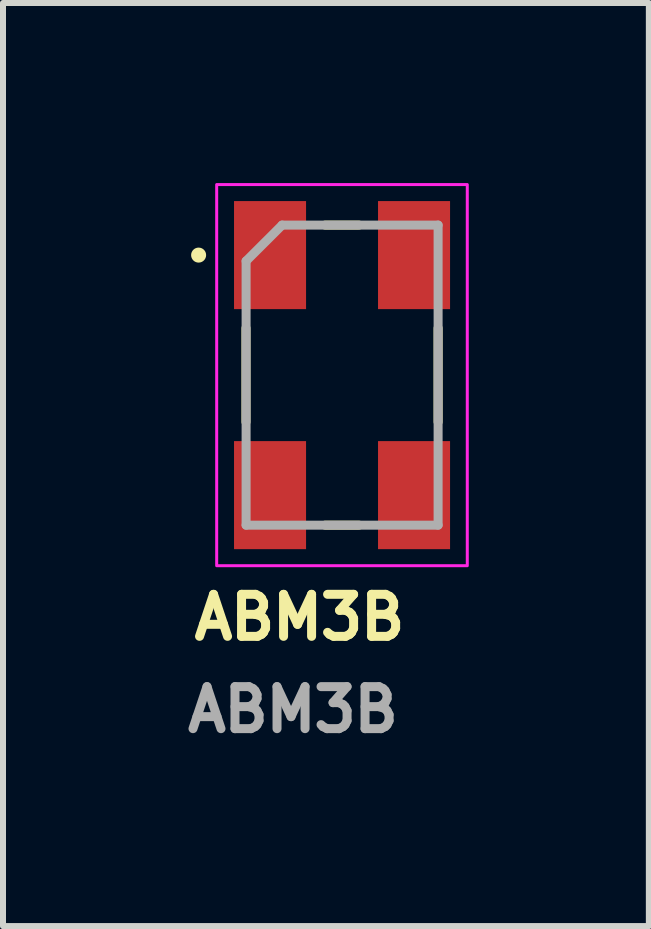
<source format=kicad_pcb>
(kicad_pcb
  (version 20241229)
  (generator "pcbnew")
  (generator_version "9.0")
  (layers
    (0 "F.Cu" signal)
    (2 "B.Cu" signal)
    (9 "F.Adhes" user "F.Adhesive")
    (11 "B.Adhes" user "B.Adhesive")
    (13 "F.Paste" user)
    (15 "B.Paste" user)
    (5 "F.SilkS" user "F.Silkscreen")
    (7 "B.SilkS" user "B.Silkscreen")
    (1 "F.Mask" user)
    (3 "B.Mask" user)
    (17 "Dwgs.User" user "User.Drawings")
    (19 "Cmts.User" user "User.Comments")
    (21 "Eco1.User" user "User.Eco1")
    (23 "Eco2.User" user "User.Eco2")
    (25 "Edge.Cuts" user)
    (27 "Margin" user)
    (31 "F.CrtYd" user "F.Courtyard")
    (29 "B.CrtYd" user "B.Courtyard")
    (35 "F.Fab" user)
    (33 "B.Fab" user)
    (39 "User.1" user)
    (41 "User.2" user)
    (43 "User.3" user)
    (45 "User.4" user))
  (footprint "ABM3B"
    (layer "F.Cu")
    (at 2.649 3.2)
    (property "Reference" "ABM3B" (at -2.54 4.445 0) (layer "F.SilkS") (effects (font (size 0.7 0.7) (thickness 0.15)) (justify left bottom)))
    (attr smd)
    (fp_line (start -1.601 -0.783) (end -1.601 0.78) (stroke (width 0.15) (type solid)) (layer "F.SilkS"))
    (fp_line (start -0.282 -2.5) (end 0.281 -2.5) (stroke (width 0.15) (type solid)) (layer "F.SilkS"))
    (fp_line (start -0.282 2.499) (end 0.281 2.499) (stroke (width 0.15) (type solid)) (layer "F.SilkS"))
    (fp_line (start 1.6 -0.783) (end 1.6 0.78) (stroke (width 0.15) (type solid)) (layer "F.SilkS"))
    (fp_circle (center -2.39 -2) (end -2.34 -2) (stroke (width 0.15) (type solid)) (fill yes) (layer "F.SilkS"))
    (fp_rect (start -2.089 -3.175) (end 2.086 3.175) (stroke (width 0.05) (type solid)) (fill no) (layer "F.CrtYd"))
    (fp_line (start -1.599 -1.901) (end -0.999 -2.5) (stroke (width 0.15) (type solid)) (layer "F.Fab"))
    (fp_line (start -1.599 2.499) (end -1.599 -1.901) (stroke (width 0.15) (type solid)) (layer "F.Fab"))
    (fp_line (start -0.999 -2.5) (end 1.6 -2.5) (stroke (width 0.15) (type solid)) (layer "F.Fab"))
    (fp_line (start 1.6 -2.5) (end 1.6 2.499) (stroke (width 0.15) (type solid)) (layer "F.Fab"))
    (fp_line (start 1.6 2.499) (end -1.599 2.499) (stroke (width 0.15) (type solid)) (layer "F.Fab"))
    (fp_rect (start -1.589 -2.5) (end 1.586 2.499) (stroke (width 0.1) (type solid)) (fill no) (layer "User.5"))
    (fp_rect (start -1.589 -2.5) (end 1.586 2.499) (stroke (width 0.1) (type solid)) (fill no) (layer "User.5"))
    (fp_line (start -1.589 2.193) (end -1.589 -2.198) (stroke (width 0.02) (type solid)) (layer "User.9"))
    (fp_line (start -1.589 2.193) (end -1.283 2.499) (stroke (width 0.02) (type solid)) (layer "User.9"))
    (fp_line (start -1.462 -1.982) (end -1.462 -1.97) (stroke (width 0.02) (type solid)) (layer "User.9"))
    (fp_line (start -1.462 1.967) (end -1.462 -1.97) (stroke (width 0.02) (type solid)) (layer "User.9"))
    (fp_line (start -1.462 1.967) (end -1.462 1.981) (stroke (width 0.02) (type solid)) (layer "User.9"))
    (fp_line (start -1.462 1.981) (end -1.46 1.993) (stroke (width 0.02) (type solid)) (layer "User.9"))
    (fp_line (start -1.46 -1.994) (end -1.462 -1.982) (stroke (width 0.02) (type solid)) (layer "User.9"))
    (fp_line (start -1.46 1.993) (end -1.458 2.006) (stroke (width 0.02) (type solid)) (layer "User.9"))
    (fp_line (start -1.458 -2.008) (end -1.46 -1.994) (stroke (width 0.02) (type solid)) (layer "User.9"))
    (fp_line (start -1.458 2.006) (end -1.456 2.018) (stroke (width 0.02) (type solid)) (layer "User.9"))
    (fp_line (start -1.456 -2.02) (end -1.458 -2.008) (stroke (width 0.02) (type solid)) (layer "User.9"))
    (fp_line (start -1.456 2.018) (end -1.454 2.03) (stroke (width 0.02) (type solid)) (layer "User.9"))
    (fp_line (start -1.454 -2.032) (end -1.456 -2.02) (stroke (width 0.02) (type solid)) (layer "User.9"))
    (fp_line (start -1.454 2.03) (end -1.45 2.042) (stroke (width 0.02) (type solid)) (layer "User.9"))
    (fp_line (start -1.45 -2.044) (end -1.454 -2.032) (stroke (width 0.02) (type solid)) (layer "User.9"))
    (fp_line (start -1.45 2.042) (end -1.446 2.052) (stroke (width 0.02) (type solid)) (layer "User.9"))
    (fp_line (start -1.446 -2.057) (end -1.45 -2.044) (stroke (width 0.02) (type solid)) (layer "User.9"))
    (fp_line (start -1.446 2.052) (end -1.442 2.064) (stroke (width 0.02) (type solid)) (layer "User.9"))
    (fp_line (start -1.442 -2.066) (end -1.446 -2.057) (stroke (width 0.02) (type solid)) (layer "User.9"))
    (fp_line (start -1.442 2.064) (end -1.438 2.076) (stroke (width 0.02) (type solid)) (layer "User.9"))
    (fp_line (start -1.438 -2.078) (end -1.442 -2.066) (stroke (width 0.02) (type solid)) (layer "User.9"))
    (fp_line (start -1.438 2.076) (end -1.432 2.088) (stroke (width 0.02) (type solid)) (layer "User.9"))
    (fp_line (start -1.432 -2.089) (end -1.438 -2.078) (stroke (width 0.02) (type solid)) (layer "User.9"))
    (fp_line (start -1.432 2.088) (end -1.426 2.096) (stroke (width 0.02) (type solid)) (layer "User.9"))
    (fp_line (start -1.426 -2.101) (end -1.432 -2.089) (stroke (width 0.02) (type solid)) (layer "User.9"))
    (fp_line (start -1.426 2.096) (end -1.418 2.108) (stroke (width 0.02) (type solid)) (layer "User.9"))
    (fp_line (start -1.418 -2.11) (end -1.426 -2.101) (stroke (width 0.02) (type solid)) (layer "User.9"))
    (fp_line (start -1.418 2.108) (end -1.412 2.119) (stroke (width 0.02) (type solid)) (layer "User.9"))
    (fp_line (start -1.412 -2.121) (end -1.418 -2.11) (stroke (width 0.02) (type solid)) (layer "User.9"))
    (fp_line (start -1.412 2.119) (end -1.403 2.128) (stroke (width 0.02) (type solid)) (layer "User.9"))
    (fp_line (start -1.403 -2.13) (end -1.412 -2.121) (stroke (width 0.02) (type solid)) (layer "User.9"))
    (fp_line (start -1.403 2.128) (end -1.395 2.136) (stroke (width 0.02) (type solid)) (layer "User.9"))
    (fp_line (start -1.395 -2.141) (end -1.403 -2.13) (stroke (width 0.02) (type solid)) (layer "User.9"))
    (fp_line (start -1.395 2.136) (end -1.387 2.148) (stroke (width 0.02) (type solid)) (layer "User.9"))
    (fp_line (start -1.387 -2.149) (end -1.395 -2.141) (stroke (width 0.02) (type solid)) (layer "User.9"))
    (fp_line (start -1.387 -2.149) (end -1.387 -2.149) (stroke (width 0.02) (type solid)) (layer "User.9"))
    (fp_line (start -1.387 2.148) (end -1.387 2.148) (stroke (width 0.02) (type solid)) (layer "User.9"))
    (fp_line (start -1.387 2.148) (end -1.377 2.156) (stroke (width 0.02) (type solid)) (layer "User.9"))
    (fp_line (start -1.377 -2.157) (end -1.387 -2.149) (stroke (width 0.02) (type solid)) (layer "User.9"))
    (fp_line (start -1.377 2.156) (end -1.369 2.164) (stroke (width 0.02) (type solid)) (layer "User.9"))
    (fp_line (start -1.369 -2.165) (end -1.377 -2.157) (stroke (width 0.02) (type solid)) (layer "User.9"))
    (fp_line (start -1.369 2.164) (end -1.359 2.172) (stroke (width 0.02) (type solid)) (layer "User.9"))
    (fp_line (start -1.359 -2.173) (end -1.369 -2.165) (stroke (width 0.02) (type solid)) (layer "User.9"))
    (fp_line (start -1.359 2.172) (end -1.349 2.177) (stroke (width 0.02) (type solid)) (layer "User.9"))
    (fp_line (start -1.349 -2.182) (end -1.359 -2.173) (stroke (width 0.02) (type solid)) (layer "User.9"))
    (fp_line (start -1.349 2.177) (end -1.337 2.185) (stroke (width 0.02) (type solid)) (layer "User.9"))
    (fp_line (start -1.337 -2.187) (end -1.349 -2.182) (stroke (width 0.02) (type solid)) (layer "User.9"))
    (fp_line (start -1.337 2.185) (end -1.327 2.192) (stroke (width 0.02) (type solid)) (layer "User.9"))
    (fp_line (start -1.327 -2.194) (end -1.337 -2.187) (stroke (width 0.02) (type solid)) (layer "User.9"))
    (fp_line (start -1.327 2.192) (end -1.317 2.197) (stroke (width 0.02) (type solid)) (layer "User.9"))
    (fp_line (start -1.317 -2.199) (end -1.327 -2.194) (stroke (width 0.02) (type solid)) (layer "User.9"))
    (fp_line (start -1.317 2.197) (end -1.305 2.201) (stroke (width 0.02) (type solid)) (layer "User.9"))
    (fp_line (start -1.305 -2.206) (end -1.317 -2.199) (stroke (width 0.02) (type solid)) (layer "User.9"))
    (fp_line (start -1.305 2.201) (end -1.293 2.205) (stroke (width 0.02) (type solid)) (layer "User.9"))
    (fp_line (start -1.293 -2.21) (end -1.305 -2.206) (stroke (width 0.02) (type solid)) (layer "User.9"))
    (fp_line (start -1.293 2.205) (end -1.28 2.209) (stroke (width 0.02) (type solid)) (layer "User.9"))
    (fp_line (start -1.283 -2.5) (end -1.589 -2.198) (stroke (width 0.02) (type solid)) (layer "User.9"))
    (fp_line (start -1.283 -2.5) (end 1.282 -2.5) (stroke (width 0.02) (type solid)) (layer "User.9"))
    (fp_line (start -1.28 -2.214) (end -1.293 -2.21) (stroke (width 0.02) (type solid)) (layer "User.9"))
    (fp_line (start -1.28 2.209) (end -1.27 2.213) (stroke (width 0.02) (type solid)) (layer "User.9"))
    (fp_line (start -1.27 -2.215) (end -1.28 -2.214) (stroke (width 0.02) (type solid)) (layer "User.9"))
    (fp_line (start -1.27 2.213) (end -1.258 2.217) (stroke (width 0.02) (type solid)) (layer "User.9"))
    (fp_line (start -1.258 -2.218) (end -1.27 -2.215) (stroke (width 0.02) (type solid)) (layer "User.9"))
    (fp_line (start -1.258 2.217) (end -1.246 2.217) (stroke (width 0.02) (type solid)) (layer "User.9"))
    (fp_line (start -1.246 -2.222) (end -1.258 -2.218) (stroke (width 0.02) (type solid)) (layer "User.9"))
    (fp_line (start -1.246 2.217) (end -1.232 2.221) (stroke (width 0.02) (type solid)) (layer "User.9"))
    (fp_line (start -1.232 -2.222) (end -1.246 -2.222) (stroke (width 0.02) (type solid)) (layer "User.9"))
    (fp_line (start -1.232 2.221) (end -1.22 2.221) (stroke (width 0.02) (type solid)) (layer "User.9"))
    (fp_line (start -1.22 -2.223) (end -1.232 -2.222) (stroke (width 0.02) (type solid)) (layer "User.9"))
    (fp_line (start -1.22 2.221) (end -1.208 2.221) (stroke (width 0.02) (type solid)) (layer "User.9"))
    (fp_line (start -1.208 -2.223) (end -1.22 -2.223) (stroke (width 0.02) (type solid)) (layer "User.9"))
    (fp_line (start -1.208 -2.223) (end 1.205 -2.223) (stroke (width 0.02) (type solid)) (layer "User.9"))
    (fp_line (start -0.388 -1.295) (end -0.387 -1.315) (stroke (width 0.02) (type solid)) (layer "User.9"))
    (fp_line (start -0.388 -1.278) (end -0.388 -1.295) (stroke (width 0.02) (type solid)) (layer "User.9"))
    (fp_line (start -0.388 -1.278) (end -0.388 -1.029) (stroke (width 0.02) (type solid)) (layer "User.9"))
    (fp_line (start -0.388 -1.029) (end 0.274 -1.029) (stroke (width 0.02) (type solid)) (layer "User.9"))
    (fp_line (start -0.388 -0.701) (end -0.387 -0.708) (stroke (width 0.02) (type solid)) (layer "User.9"))
    (fp_line (start -0.388 -0.691) (end -0.388 -0.701) (stroke (width 0.02) (type solid)) (layer "User.9"))
    (fp_line (start -0.388 -0.682) (end -0.388 -0.691) (stroke (width 0.02) (type solid)) (layer "User.9"))
    (fp_line (start -0.388 -0.673) (end -0.388 -0.682) (stroke (width 0.02) (type solid)) (layer "User.9"))
    (fp_line (start -0.388 -0.388) (end -0.388 -0.247) (stroke (width 0.02) (type solid)) (layer "User.9"))
    (fp_line (start -0.388 -0.247) (end 0.069 -0.103) (stroke (width 0.02) (type solid)) (layer "User.9"))
    (fp_line (start -0.388 0.107) (end -0.388 0.247) (stroke (width 0.02) (type solid)) (layer "User.9"))
    (fp_line (start -0.388 0.247) (end 0.274 0.247) (stroke (width 0.02) (type solid)) (layer "User.9"))
    (fp_line (start -0.388 0.576) (end -0.387 0.557) (stroke (width 0.02) (type solid)) (layer "User.9"))
    (fp_line (start -0.388 0.592) (end -0.388 0.576) (stroke (width 0.02) (type solid)) (layer "User.9"))
    (fp_line (start -0.388 0.592) (end -0.388 0.84) (stroke (width 0.02) (type solid)) (layer "User.9"))
    (fp_line (start -0.388 0.84) (end 0.274 0.84) (stroke (width 0.02) (type solid)) (layer "User.9"))
    (fp_line (start -0.388 1.173) (end -0.388 1.279) (stroke (width 0.02) (type solid)) (layer "User.9"))
    (fp_line (start -0.388 1.279) (end 0.274 1.542) (stroke (width 0.02) (type solid)) (layer "User.9"))
    (fp_line (start -0.387 -1.315) (end -0.386 -1.323) (stroke (width 0.02) (type solid)) (layer "User.9"))
    (fp_line (start -0.387 -0.708) (end -0.386 -0.718) (stroke (width 0.02) (type solid)) (layer "User.9"))
    (fp_line (start -0.387 -0.665) (end -0.388 -0.673) (stroke (width 0.02) (type solid)) (layer "User.9"))
    (fp_line (start -0.387 0.557) (end -0.386 0.548) (stroke (width 0.02) (type solid)) (layer "User.9"))
    (fp_line (start -0.386 -1.323) (end -0.383 -1.333) (stroke (width 0.02) (type solid)) (layer "User.9"))
    (fp_line (start -0.386 -0.718) (end -0.383 -0.727) (stroke (width 0.02) (type solid)) (layer "User.9"))
    (fp_line (start -0.386 -0.656) (end -0.387 -0.665) (stroke (width 0.02) (type solid)) (layer "User.9"))
    (fp_line (start -0.386 0.548) (end -0.383 0.539) (stroke (width 0.02) (type solid)) (layer "User.9"))
    (fp_line (start -0.383 -1.333) (end -0.382 -1.341) (stroke (width 0.02) (type solid)) (layer "User.9"))
    (fp_line (start -0.383 -0.727) (end -0.381 -0.736) (stroke (width 0.02) (type solid)) (layer "User.9"))
    (fp_line (start -0.383 0.539) (end -0.382 0.53) (stroke (width 0.02) (type solid)) (layer "User.9"))
    (fp_line (start -0.382 -1.341) (end -0.38 -1.351) (stroke (width 0.02) (type solid)) (layer "User.9"))
    (fp_line (start -0.382 -0.648) (end -0.386 -0.656) (stroke (width 0.02) (type solid)) (layer "User.9"))
    (fp_line (start -0.382 0.53) (end -0.38 0.521) (stroke (width 0.02) (type solid)) (layer "User.9"))
    (fp_line (start -0.381 -0.736) (end -0.379 -0.745) (stroke (width 0.02) (type solid)) (layer "User.9"))
    (fp_line (start -0.38 -1.351) (end -0.378 -1.361) (stroke (width 0.02) (type solid)) (layer "User.9"))
    (fp_line (start -0.38 -0.637) (end -0.382 -0.648) (stroke (width 0.02) (type solid)) (layer "User.9"))
    (fp_line (start -0.38 0.521) (end -0.378 0.512) (stroke (width 0.02) (type solid)) (layer "User.9"))
    (fp_line (start -0.379 -0.745) (end -0.377 -0.753) (stroke (width 0.02) (type solid)) (layer "User.9"))
    (fp_line (start -0.378 -1.361) (end -0.376 -1.369) (stroke (width 0.02) (type solid)) (layer "User.9"))
    (fp_line (start -0.378 -0.629) (end -0.38 -0.637) (stroke (width 0.02) (type solid)) (layer "User.9"))
    (fp_line (start -0.378 0.512) (end -0.376 0.501) (stroke (width 0.02) (type solid)) (layer "User.9"))
    (fp_line (start -0.377 -0.753) (end -0.374 -0.762) (stroke (width 0.02) (type solid)) (layer "User.9"))
    (fp_line (start -0.376 -1.369) (end -0.373 -1.377) (stroke (width 0.02) (type solid)) (layer "User.9"))
    (fp_line (start -0.376 -0.621) (end -0.378 -0.629) (stroke (width 0.02) (type solid)) (layer "User.9"))
    (fp_line (start -0.376 0.501) (end -0.373 0.492) (stroke (width 0.02) (type solid)) (layer "User.9"))
    (fp_line (start -0.374 -0.762) (end -0.37 -0.772) (stroke (width 0.02) (type solid)) (layer "User.9"))
    (fp_line (start -0.373 -1.377) (end -0.37 -1.387) (stroke (width 0.02) (type solid)) (layer "User.9"))
    (fp_line (start -0.373 -0.613) (end -0.376 -0.621) (stroke (width 0.02) (type solid)) (layer "User.9"))
    (fp_line (start -0.373 0.492) (end -0.37 0.483) (stroke (width 0.02) (type solid)) (layer "User.9"))
    (fp_line (start -0.37 -1.387) (end -0.367 -1.395) (stroke (width 0.02) (type solid)) (layer "User.9"))
    (fp_line (start -0.37 -0.772) (end -0.367 -0.78) (stroke (width 0.02) (type solid)) (layer "User.9"))
    (fp_line (start -0.37 0.483) (end -0.367 0.476) (stroke (width 0.02) (type solid)) (layer "User.9"))
    (fp_line (start -0.369 -0.606) (end -0.373 -0.613) (stroke (width 0.02) (type solid)) (layer "User.9"))
    (fp_line (start -0.367 -1.395) (end -0.363 -1.403) (stroke (width 0.02) (type solid)) (layer "User.9"))
    (fp_line (start -0.367 -0.78) (end -0.363 -0.789) (stroke (width 0.02) (type solid)) (layer "User.9"))
    (fp_line (start -0.367 0.476) (end -0.363 0.468) (stroke (width 0.02) (type solid)) (layer "User.9"))
    (fp_line (start -0.366 -0.598) (end -0.369 -0.606) (stroke (width 0.02) (type solid)) (layer "User.9"))
    (fp_line (start -0.363 -1.403) (end -0.359 -1.412) (stroke (width 0.02) (type solid)) (layer "User.9"))
    (fp_line (start -0.363 -0.789) (end -0.358 -0.797) (stroke (width 0.02) (type solid)) (layer "User.9"))
    (fp_line (start -0.363 0.468) (end -0.359 0.46) (stroke (width 0.02) (type solid)) (layer "User.9"))
    (fp_line (start -0.362 -0.59) (end -0.366 -0.598) (stroke (width 0.02) (type solid)) (layer "User.9"))
    (fp_line (start -0.359 -1.412) (end -0.354 -1.42) (stroke (width 0.02) (type solid)) (layer "User.9"))
    (fp_line (start -0.359 0.46) (end -0.354 0.452) (stroke (width 0.02) (type solid)) (layer "User.9"))
    (fp_line (start -0.358 -0.797) (end -0.353 -0.804) (stroke (width 0.02) (type solid)) (layer "User.9"))
    (fp_line (start -0.357 -0.583) (end -0.362 -0.59) (stroke (width 0.02) (type solid)) (layer "User.9"))
    (fp_line (start -0.354 -1.42) (end -0.354 -1.42) (stroke (width 0.02) (type solid)) (layer "User.9"))
    (fp_line (start -0.354 -1.42) (end -0.352 -1.424) (stroke (width 0.02) (type solid)) (layer "User.9"))
    (fp_line (start -0.354 0.452) (end -0.354 0.452) (stroke (width 0.02) (type solid)) (layer "User.9"))
    (fp_line (start -0.354 0.452) (end -0.352 0.445) (stroke (width 0.02) (type solid)) (layer "User.9"))
    (fp_line (start -0.353 -0.804) (end -0.35 -0.812) (stroke (width 0.02) (type solid)) (layer "User.9"))
    (fp_line (start -0.352 -1.424) (end -0.35 -1.428) (stroke (width 0.02) (type solid)) (layer "User.9"))
    (fp_line (start -0.352 -0.577) (end -0.357 -0.583) (stroke (width 0.02) (type solid)) (layer "User.9"))
    (fp_line (start -0.352 0.445) (end -0.35 0.441) (stroke (width 0.02) (type solid)) (layer "User.9"))
    (fp_line (start -0.35 -1.428) (end -0.347 -1.432) (stroke (width 0.02) (type solid)) (layer "User.9"))
    (fp_line (start -0.35 -0.812) (end -0.345 -0.82) (stroke (width 0.02) (type solid)) (layer "User.9"))
    (fp_line (start -0.35 0.441) (end -0.347 0.437) (stroke (width 0.02) (type solid)) (layer "User.9"))
    (fp_line (start -0.349 -0.571) (end -0.352 -0.577) (stroke (width 0.02) (type solid)) (layer "User.9"))
    (fp_line (start -0.347 -1.432) (end -0.344 -1.436) (stroke (width 0.02) (type solid)) (layer "User.9"))
    (fp_line (start -0.347 0.437) (end -0.344 0.433) (stroke (width 0.02) (type solid)) (layer "User.9"))
    (fp_line (start -0.345 -0.82) (end -0.339 -0.827) (stroke (width 0.02) (type solid)) (layer "User.9"))
    (fp_line (start -0.344 -1.436) (end -0.337 -1.444) (stroke (width 0.02) (type solid)) (layer "User.9"))
    (fp_line (start -0.344 -0.564) (end -0.349 -0.571) (stroke (width 0.02) (type solid)) (layer "User.9"))
    (fp_line (start -0.344 -0.564) (end -0.344 -0.564) (stroke (width 0.02) (type solid)) (layer "User.9"))
    (fp_line (start -0.344 0.433) (end -0.337 0.426) (stroke (width 0.02) (type solid)) (layer "User.9"))
    (fp_line (start -0.339 -0.827) (end -0.339 -0.827) (stroke (width 0.02) (type solid)) (layer "User.9"))
    (fp_line (start -0.339 -0.827) (end -0.332 -0.833) (stroke (width 0.02) (type solid)) (layer "User.9"))
    (fp_line (start -0.337 -1.444) (end -0.33 -1.452) (stroke (width 0.02) (type solid)) (layer "User.9"))
    (fp_line (start -0.337 -0.557) (end -0.344 -0.564) (stroke (width 0.02) (type solid)) (layer "User.9"))
    (fp_line (start -0.337 0.426) (end -0.33 0.418) (stroke (width 0.02) (type solid)) (layer "User.9"))
    (fp_line (start -0.332 -0.833) (end -0.326 -0.837) (stroke (width 0.02) (type solid)) (layer "User.9"))
    (fp_line (start -0.331 -0.551) (end -0.337 -0.557) (stroke (width 0.02) (type solid)) (layer "User.9"))
    (fp_line (start -0.33 -1.452) (end -0.322 -1.458) (stroke (width 0.02) (type solid)) (layer "User.9"))
    (fp_line (start -0.33 0.418) (end -0.322 0.414) (stroke (width 0.02) (type solid)) (layer "User.9"))
    (fp_line (start -0.326 -0.837) (end -0.318 -0.842) (stroke (width 0.02) (type solid)) (layer "User.9"))
    (fp_line (start -0.324 -0.545) (end -0.331 -0.551) (stroke (width 0.02) (type solid)) (layer "User.9"))
    (fp_line (start -0.322 -1.458) (end -0.312 -1.464) (stroke (width 0.02) (type solid)) (layer "User.9"))
    (fp_line (start -0.322 0.414) (end -0.312 0.407) (stroke (width 0.02) (type solid)) (layer "User.9"))
    (fp_line (start -0.318 -0.842) (end -0.311 -0.847) (stroke (width 0.02) (type solid)) (layer "User.9"))
    (fp_line (start -0.315 -0.539) (end -0.324 -0.545) (stroke (width 0.02) (type solid)) (layer "User.9"))
    (fp_line (start -0.312 -1.464) (end -0.303 -1.47) (stroke (width 0.02) (type solid)) (layer "User.9"))
    (fp_line (start -0.312 0.407) (end -0.303 0.402) (stroke (width 0.02) (type solid)) (layer "User.9"))
    (fp_line (start -0.311 -0.847) (end -0.304 -0.852) (stroke (width 0.02) (type solid)) (layer "User.9"))
    (fp_line (start -0.31 -1.123) (end -0.31 -1.248) (stroke (width 0.02) (type solid)) (layer "User.9"))
    (fp_line (start -0.31 -0.706) (end -0.31 -0.704) (stroke (width 0.02) (type solid)) (layer "User.9"))
    (fp_line (start -0.31 -0.704) (end -0.31 -0.699) (stroke (width 0.02) (type solid)) (layer "User.9"))
    (fp_line (start -0.31 -0.699) (end -0.31 -0.694) (stroke (width 0.02) (type solid)) (layer "User.9"))
    (fp_line (start -0.31 -0.694) (end -0.31 -0.689) (stroke (width 0.02) (type solid)) (layer "User.9"))
    (fp_line (start -0.31 -0.689) (end -0.31 -0.684) (stroke (width 0.02) (type solid)) (layer "User.9"))
    (fp_line (start -0.31 -0.684) (end -0.309 -0.679) (stroke (width 0.02) (type solid)) (layer "User.9"))
    (fp_line (start -0.31 0.747) (end -0.31 0.621) (stroke (width 0.02) (type solid)) (layer "User.9"))
    (fp_line (start -0.31 1.227) (end -0.294 1.231) (stroke (width 0.02) (type solid)) (layer "User.9"))
    (fp_line (start -0.309 -1.291) (end -0.309 -1.276) (stroke (width 0.02) (type solid)) (layer "User.9"))
    (fp_line (start -0.309 -1.276) (end -0.31 -1.248) (stroke (width 0.02) (type solid)) (layer "User.9"))
    (fp_line (start -0.309 -0.711) (end -0.31 -0.706) (stroke (width 0.02) (type solid)) (layer "User.9"))
    (fp_line (start -0.309 -0.679) (end -0.309 -0.674) (stroke (width 0.02) (type solid)) (layer "User.9"))
    (fp_line (start -0.309 -0.674) (end -0.308 -0.669) (stroke (width 0.02) (type solid)) (layer "User.9"))
    (fp_line (start -0.309 0.579) (end -0.309 0.593) (stroke (width 0.02) (type solid)) (layer "User.9"))
    (fp_line (start -0.309 0.593) (end -0.31 0.621) (stroke (width 0.02) (type solid)) (layer "User.9"))
    (fp_line (start -0.308 -1.305) (end -0.308 -1.297) (stroke (width 0.02) (type solid)) (layer "User.9"))
    (fp_line (start -0.308 -1.297) (end -0.309 -1.291) (stroke (width 0.02) (type solid)) (layer "User.9"))
    (fp_line (start -0.308 -0.716) (end -0.309 -0.711) (stroke (width 0.02) (type solid)) (layer "User.9"))
    (fp_line (start -0.308 -0.669) (end -0.307 -0.664) (stroke (width 0.02) (type solid)) (layer "User.9"))
    (fp_line (start -0.308 -0.534) (end -0.315 -0.539) (stroke (width 0.02) (type solid)) (layer "User.9"))
    (fp_line (start -0.308 0.567) (end -0.308 0.574) (stroke (width 0.02) (type solid)) (layer "User.9"))
    (fp_line (start -0.308 0.574) (end -0.309 0.579) (stroke (width 0.02) (type solid)) (layer "User.9"))
    (fp_line (start -0.307 -1.311) (end -0.308 -1.305) (stroke (width 0.02) (type solid)) (layer "User.9"))
    (fp_line (start -0.307 -0.721) (end -0.308 -0.716) (stroke (width 0.02) (type solid)) (layer "User.9"))
    (fp_line (start -0.307 -0.664) (end -0.305 -0.659) (stroke (width 0.02) (type solid)) (layer "User.9"))
    (fp_line (start -0.307 0.56) (end -0.308 0.567) (stroke (width 0.02) (type solid)) (layer "User.9"))
    (fp_line (start -0.306 -1.319) (end -0.307 -1.311) (stroke (width 0.02) (type solid)) (layer "User.9"))
    (fp_line (start -0.306 -0.725) (end -0.307 -0.721) (stroke (width 0.02) (type solid)) (layer "User.9"))
    (fp_line (start -0.306 0.554) (end -0.307 0.56) (stroke (width 0.02) (type solid)) (layer "User.9"))
    (fp_line (start -0.305 -1.325) (end -0.306 -1.319) (stroke (width 0.02) (type solid)) (layer "User.9"))
    (fp_line (start -0.305 -0.659) (end -0.304 -0.655) (stroke (width 0.02) (type solid)) (layer "User.9"))
    (fp_line (start -0.305 0.547) (end -0.306 0.554) (stroke (width 0.02) (type solid)) (layer "User.9"))
    (fp_line (start -0.304 -1.331) (end -0.305 -1.325) (stroke (width 0.02) (type solid)) (layer "User.9"))
    (fp_line (start -0.304 -0.852) (end -0.297 -0.856) (stroke (width 0.02) (type solid)) (layer "User.9"))
    (fp_line (start -0.304 -0.73) (end -0.306 -0.725) (stroke (width 0.02) (type solid)) (layer "User.9"))
    (fp_line (start -0.304 -0.655) (end -0.302 -0.65) (stroke (width 0.02) (type solid)) (layer "User.9"))
    (fp_line (start -0.304 0.54) (end -0.305 0.547) (stroke (width 0.02) (type solid)) (layer "User.9"))
    (fp_line (start -0.303 -1.47) (end -0.294 -1.476) (stroke (width 0.02) (type solid)) (layer "User.9"))
    (fp_line (start -0.303 0.402) (end -0.294 0.396) (stroke (width 0.02) (type solid)) (layer "User.9"))
    (fp_line (start -0.302 -1.339) (end -0.304 -1.331) (stroke (width 0.02) (type solid)) (layer "User.9"))
    (fp_line (start -0.302 -0.734) (end -0.304 -0.73) (stroke (width 0.02) (type solid)) (layer "User.9"))
    (fp_line (start -0.302 -0.65) (end -0.3 -0.646) (stroke (width 0.02) (type solid)) (layer "User.9"))
    (fp_line (start -0.302 0.533) (end -0.304 0.54) (stroke (width 0.02) (type solid)) (layer "User.9"))
    (fp_line (start -0.3 -1.345) (end -0.302 -1.339) (stroke (width 0.02) (type solid)) (layer "User.9"))
    (fp_line (start -0.3 -0.739) (end -0.302 -0.734) (stroke (width 0.02) (type solid)) (layer "User.9"))
    (fp_line (start -0.3 -0.646) (end -0.298 -0.639) (stroke (width 0.02) (type solid)) (layer "User.9"))
    (fp_line (start -0.3 -0.529) (end -0.308 -0.534) (stroke (width 0.02) (type solid)) (layer "User.9"))
    (fp_line (start -0.3 0.527) (end -0.302 0.533) (stroke (width 0.02) (type solid)) (layer "User.9"))
    (fp_line (start -0.298 -1.351) (end -0.3 -1.345) (stroke (width 0.02) (type solid)) (layer "User.9"))
    (fp_line (start -0.298 -0.743) (end -0.3 -0.739) (stroke (width 0.02) (type solid)) (layer "User.9"))
    (fp_line (start -0.298 -0.639) (end -0.296 -0.635) (stroke (width 0.02) (type solid)) (layer "User.9"))
    (fp_line (start -0.298 0.52) (end -0.3 0.527) (stroke (width 0.02) (type solid)) (layer "User.9"))
    (fp_line (start -0.297 -0.856) (end -0.29 -0.86) (stroke (width 0.02) (type solid)) (layer "User.9"))
    (fp_line (start -0.296 -0.747) (end -0.298 -0.743) (stroke (width 0.02) (type solid)) (layer "User.9"))
    (fp_line (start -0.296 -0.635) (end -0.293 -0.631) (stroke (width 0.02) (type solid)) (layer "User.9"))
    (fp_line (start -0.295 -1.357) (end -0.298 -1.351) (stroke (width 0.02) (type solid)) (layer "User.9"))
    (fp_line (start -0.295 -1.357) (end -0.295 -1.357) (stroke (width 0.02) (type solid)) (layer "User.9"))
    (fp_line (start -0.295 0.514) (end -0.298 0.52) (stroke (width 0.02) (type solid)) (layer "User.9"))
    (fp_line (start -0.295 0.514) (end -0.295 0.514) (stroke (width 0.02) (type solid)) (layer "User.9"))
    (fp_line (start -0.294 -1.476) (end -0.287 -1.48) (stroke (width 0.02) (type solid)) (layer "User.9"))
    (fp_line (start -0.294 0.396) (end -0.287 0.392) (stroke (width 0.02) (type solid)) (layer "User.9"))
    (fp_line (start -0.294 1.231) (end -0.28 1.235) (stroke (width 0.02) (type solid)) (layer "User.9"))
    (fp_line (start -0.293 -1.361) (end -0.295 -1.357) (stroke (width 0.02) (type solid)) (layer "User.9"))
    (fp_line (start -0.293 -0.751) (end -0.296 -0.747) (stroke (width 0.02) (type solid)) (layer "User.9"))
    (fp_line (start -0.293 -0.631) (end -0.291 -0.627) (stroke (width 0.02) (type solid)) (layer "User.9"))
    (fp_line (start -0.293 -0.524) (end -0.3 -0.529) (stroke (width 0.02) (type solid)) (layer "User.9"))
    (fp_line (start -0.293 0.509) (end -0.295 0.514) (stroke (width 0.02) (type solid)) (layer "User.9"))
    (fp_line (start -0.291 -1.363) (end -0.293 -1.361) (stroke (width 0.02) (type solid)) (layer "User.9"))
    (fp_line (start -0.291 -0.627) (end -0.289 -0.622) (stroke (width 0.02) (type solid)) (layer "User.9"))
    (fp_line (start -0.291 0.506) (end -0.293 0.509) (stroke (width 0.02) (type solid)) (layer "User.9"))
    (fp_line (start -0.29 -0.86) (end -0.285 -0.863) (stroke (width 0.02) (type solid)) (layer "User.9"))
    (fp_line (start -0.29 -0.755) (end -0.293 -0.751) (stroke (width 0.02) (type solid)) (layer "User.9"))
    (fp_line (start -0.289 -1.369) (end -0.289 -1.365) (stroke (width 0.02) (type solid)) (layer "User.9"))
    (fp_line (start -0.289 -1.365) (end -0.291 -1.363) (stroke (width 0.02) (type solid)) (layer "User.9"))
    (fp_line (start -0.289 -0.759) (end -0.29 -0.755) (stroke (width 0.02) (type solid)) (layer "User.9"))
    (fp_line (start -0.289 -0.622) (end -0.286 -0.618) (stroke (width 0.02) (type solid)) (layer "User.9"))
    (fp_line (start -0.289 0.501) (end -0.289 0.504) (stroke (width 0.02) (type solid)) (layer "User.9"))
    (fp_line (start -0.289 0.504) (end -0.291 0.506) (stroke (width 0.02) (type solid)) (layer "User.9"))
    (fp_line (start -0.287 -1.48) (end -0.277 -1.484) (stroke (width 0.02) (type solid)) (layer "User.9"))
    (fp_line (start -0.287 -0.52) (end -0.293 -0.524) (stroke (width 0.02) (type solid)) (layer "User.9"))
    (fp_line (start -0.287 0.392) (end -0.277 0.388) (stroke (width 0.02) (type solid)) (layer "User.9"))
    (fp_line (start -0.286 -0.763) (end -0.289 -0.759) (stroke (width 0.02) (type solid)) (layer "User.9"))
    (fp_line (start -0.286 -0.618) (end -0.286 -0.618) (stroke (width 0.02) (type solid)) (layer "User.9"))
    (fp_line (start -0.286 -0.618) (end -0.282 -0.615) (stroke (width 0.02) (type solid)) (layer "User.9"))
    (fp_line (start -0.286 -0.293) (end 0.274 -0.293) (stroke (width 0.02) (type solid)) (layer "User.9"))
    (fp_line (start -0.286 0.154) (end 0.274 -0.019) (stroke (width 0.02) (type solid)) (layer "User.9"))
    (fp_line (start -0.285 -1.373) (end -0.289 -1.369) (stroke (width 0.02) (type solid)) (layer "User.9"))
    (fp_line (start -0.285 -0.863) (end -0.277 -0.866) (stroke (width 0.02) (type solid)) (layer "User.9"))
    (fp_line (start -0.285 0.496) (end -0.289 0.501) (stroke (width 0.02) (type solid)) (layer "User.9"))
    (fp_line (start -0.283 -0.766) (end -0.286 -0.763) (stroke (width 0.02) (type solid)) (layer "User.9"))
    (fp_line (start -0.282 -0.615) (end -0.278 -0.611) (stroke (width 0.02) (type solid)) (layer "User.9"))
    (fp_line (start -0.281 -1.377) (end -0.285 -1.373) (stroke (width 0.02) (type solid)) (layer "User.9"))
    (fp_line (start -0.281 0.492) (end -0.285 0.496) (stroke (width 0.02) (type solid)) (layer "User.9"))
    (fp_line (start -0.28 1.235) (end -0.265 1.239) (stroke (width 0.02) (type solid)) (layer "User.9"))
    (fp_line (start -0.279 -0.772) (end -0.283 -0.766) (stroke (width 0.02) (type solid)) (layer "User.9"))
    (fp_line (start -0.279 -0.516) (end -0.287 -0.52) (stroke (width 0.02) (type solid)) (layer "User.9"))
    (fp_line (start -0.278 -0.611) (end -0.274 -0.607) (stroke (width 0.02) (type solid)) (layer "User.9"))
    (fp_line (start -0.277 -1.484) (end -0.268 -1.488) (stroke (width 0.02) (type solid)) (layer "User.9"))
    (fp_line (start -0.277 -0.866) (end -0.27 -0.869) (stroke (width 0.02) (type solid)) (layer "User.9"))
    (fp_line (start -0.277 0.388) (end -0.268 0.384) (stroke (width 0.02) (type solid)) (layer "User.9"))
    (fp_line (start -0.276 -1.381) (end -0.281 -1.377) (stroke (width 0.02) (type solid)) (layer "User.9"))
    (fp_line (start -0.276 -0.775) (end -0.279 -0.772) (stroke (width 0.02) (type solid)) (layer "User.9"))
    (fp_line (start -0.276 0.488) (end -0.281 0.492) (stroke (width 0.02) (type solid)) (layer "User.9"))
    (fp_line (start -0.274 -0.607) (end -0.27 -0.604) (stroke (width 0.02) (type solid)) (layer "User.9"))
    (fp_line (start -0.272 -0.778) (end -0.276 -0.775) (stroke (width 0.02) (type solid)) (layer "User.9"))
    (fp_line (start -0.271 -0.511) (end -0.279 -0.516) (stroke (width 0.02) (type solid)) (layer "User.9"))
    (fp_line (start -0.27 -1.385) (end -0.276 -1.381) (stroke (width 0.02) (type solid)) (layer "User.9"))
    (fp_line (start -0.27 -0.869) (end -0.262 -0.871) (stroke (width 0.02) (type solid)) (layer "User.9"))
    (fp_line (start -0.27 -0.604) (end -0.266 -0.601) (stroke (width 0.02) (type solid)) (layer "User.9"))
    (fp_line (start -0.27 0.484) (end -0.276 0.488) (stroke (width 0.02) (type solid)) (layer "User.9"))
    (fp_line (start -0.268 -1.488) (end -0.258 -1.49) (stroke (width 0.02) (type solid)) (layer "User.9"))
    (fp_line (start -0.268 -0.78) (end -0.272 -0.778) (stroke (width 0.02) (type solid)) (layer "User.9"))
    (fp_line (start -0.268 0.384) (end -0.258 0.379) (stroke (width 0.02) (type solid)) (layer "User.9"))
    (fp_line (start -0.266 -0.601) (end -0.261 -0.598) (stroke (width 0.02) (type solid)) (layer "User.9"))
    (fp_line (start -0.265 -1.389) (end -0.27 -1.385) (stroke (width 0.02) (type solid)) (layer "User.9"))
    (fp_line (start -0.265 0.481) (end -0.27 0.484) (stroke (width 0.02) (type solid)) (layer "User.9"))
    (fp_line (start -0.265 1.239) (end -0.247 1.245) (stroke (width 0.02) (type solid)) (layer "User.9"))
    (fp_line (start -0.264 -0.783) (end -0.268 -0.78) (stroke (width 0.02) (type solid)) (layer "User.9"))
    (fp_line (start -0.263 -0.507) (end -0.271 -0.511) (stroke (width 0.02) (type solid)) (layer "User.9"))
    (fp_line (start -0.262 -0.871) (end -0.252 -0.873) (stroke (width 0.02) (type solid)) (layer "User.9"))
    (fp_line (start -0.261 -0.598) (end -0.254 -0.595) (stroke (width 0.02) (type solid)) (layer "User.9"))
    (fp_line (start -0.26 -0.785) (end -0.264 -0.783) (stroke (width 0.02) (type solid)) (layer "User.9"))
    (fp_line (start -0.259 -1.391) (end -0.265 -1.389) (stroke (width 0.02) (type solid)) (layer "User.9"))
    (fp_line (start -0.259 0.479) (end -0.265 0.481) (stroke (width 0.02) (type solid)) (layer "User.9"))
    (fp_line (start -0.258 -1.49) (end -0.246 -1.492) (stroke (width 0.02) (type solid)) (layer "User.9"))
    (fp_line (start -0.258 0.379) (end -0.246 0.377) (stroke (width 0.02) (type solid)) (layer "User.9"))
    (fp_line (start -0.254 -0.595) (end -0.25 -0.593) (stroke (width 0.02) (type solid)) (layer "User.9"))
    (fp_line (start -0.253 -0.787) (end -0.26 -0.785) (stroke (width 0.02) (type solid)) (layer "User.9"))
    (fp_line (start -0.252 -0.873) (end -0.244 -0.875) (stroke (width 0.02) (type solid)) (layer "User.9"))
    (fp_line (start -0.252 -0.504) (end -0.263 -0.507) (stroke (width 0.02) (type solid)) (layer "User.9"))
    (fp_line (start -0.251 -1.395) (end -0.259 -1.391) (stroke (width 0.02) (type solid)) (layer "User.9"))
    (fp_line (start -0.251 0.477) (end -0.259 0.479) (stroke (width 0.02) (type solid)) (layer "User.9"))
    (fp_line (start -0.25 -0.593) (end -0.245 -0.591) (stroke (width 0.02) (type solid)) (layer "User.9"))
    (fp_line (start -0.249 -0.789) (end -0.253 -0.787) (stroke (width 0.02) (type solid)) (layer "User.9"))
    (fp_line (start -0.247 1.245) (end -0.234 1.251) (stroke (width 0.02) (type solid)) (layer "User.9"))
    (fp_line (start -0.246 -1.492) (end -0.237 -1.494) (stroke (width 0.02) (type solid)) (layer "User.9"))
    (fp_line (start -0.246 0.377) (end -0.237 0.375) (stroke (width 0.02) (type solid)) (layer "User.9"))
    (fp_line (start -0.245 -1.397) (end -0.251 -1.395) (stroke (width 0.02) (type solid)) (layer "User.9"))
    (fp_line (start -0.245 -0.591) (end -0.24 -0.589) (stroke (width 0.02) (type solid)) (layer "User.9"))
    (fp_line (start -0.245 0.475) (end -0.251 0.477) (stroke (width 0.02) (type solid)) (layer "User.9"))
    (fp_line (start -0.244 -0.875) (end -0.237 -0.876) (stroke (width 0.02) (type solid)) (layer "User.9"))
    (fp_line (start -0.244 -0.791) (end -0.249 -0.789) (stroke (width 0.02) (type solid)) (layer "User.9"))
    (fp_line (start -0.244 -0.502) (end -0.252 -0.504) (stroke (width 0.02) (type solid)) (layer "User.9"))
    (fp_line (start -0.24 -1.399) (end -0.245 -1.397) (stroke (width 0.02) (type solid)) (layer "User.9"))
    (fp_line (start -0.24 -0.792) (end -0.244 -0.791) (stroke (width 0.02) (type solid)) (layer "User.9"))
    (fp_line (start -0.24 -0.589) (end -0.237 -0.587) (stroke (width 0.02) (type solid)) (layer "User.9"))
    (fp_line (start -0.24 0.473) (end -0.245 0.475) (stroke (width 0.02) (type solid)) (layer "User.9"))
    (fp_line (start -0.237 -1.494) (end -0.227 -1.496) (stroke (width 0.02) (type solid)) (layer "User.9"))
    (fp_line (start -0.237 -0.876) (end -0.229 -0.877) (stroke (width 0.02) (type solid)) (layer "User.9"))
    (fp_line (start -0.237 -0.793) (end -0.24 -0.792) (stroke (width 0.02) (type solid)) (layer "User.9"))
    (fp_line (start -0.237 -0.587) (end -0.232 -0.585) (stroke (width 0.02) (type solid)) (layer "User.9"))
    (fp_line (start -0.237 -0.5) (end -0.244 -0.502) (stroke (width 0.02) (type solid)) (layer "User.9"))
    (fp_line (start -0.237 0.375) (end -0.227 0.374) (stroke (width 0.02) (type solid)) (layer "User.9"))
    (fp_line (start -0.234 -1.401) (end -0.24 -1.399) (stroke (width 0.02) (type solid)) (layer "User.9"))
    (fp_line (start -0.234 0.472) (end -0.24 0.473) (stroke (width 0.02) (type solid)) (layer "User.9"))
    (fp_line (start -0.234 1.251) (end -0.217 1.257) (stroke (width 0.02) (type solid)) (layer "User.9"))
    (fp_line (start -0.232 -0.794) (end -0.237 -0.793) (stroke (width 0.02) (type solid)) (layer "User.9"))
    (fp_line (start -0.232 -0.585) (end -0.227 -0.584) (stroke (width 0.02) (type solid)) (layer "User.9"))
    (fp_line (start -0.229 -0.877) (end -0.218 -0.877) (stroke (width 0.02) (type solid)) (layer "User.9"))
    (fp_line (start -0.228 -1.401) (end -0.234 -1.401) (stroke (width 0.02) (type solid)) (layer "User.9"))
    (fp_line (start -0.228 -0.498) (end -0.237 -0.5) (stroke (width 0.02) (type solid)) (layer "User.9"))
    (fp_line (start -0.228 0.47) (end -0.234 0.472) (stroke (width 0.02) (type solid)) (layer "User.9"))
    (fp_line (start -0.227 -1.496) (end -0.215 -1.496) (stroke (width 0.02) (type solid)) (layer "User.9"))
    (fp_line (start -0.227 -0.794) (end -0.232 -0.794) (stroke (width 0.02) (type solid)) (layer "User.9"))
    (fp_line (start -0.227 -0.584) (end -0.219 -0.583) (stroke (width 0.02) (type solid)) (layer "User.9"))
    (fp_line (start -0.227 0.374) (end -0.215 0.374) (stroke (width 0.02) (type solid)) (layer "User.9"))
    (fp_line (start -0.22 -0.795) (end -0.227 -0.794) (stroke (width 0.02) (type solid)) (layer "User.9"))
    (fp_line (start -0.219 -1.403) (end -0.228 -1.401) (stroke (width 0.02) (type solid)) (layer "User.9"))
    (fp_line (start -0.219 -0.583) (end -0.214 -0.582) (stroke (width 0.02) (type solid)) (layer "User.9"))
    (fp_line (start -0.219 0.47) (end -0.228 0.47) (stroke (width 0.02) (type solid)) (layer "User.9"))
    (fp_line (start -0.218 -0.877) (end -0.213 -0.877) (stroke (width 0.02) (type solid)) (layer "User.9"))
    (fp_line (start -0.217 -0.496) (end -0.228 -0.498) (stroke (width 0.02) (type solid)) (layer "User.9"))
    (fp_line (start -0.217 -0.496) (end -0.209 -0.581) (stroke (width 0.02) (type solid)) (layer "User.9"))
    (fp_line (start -0.217 1.257) (end -0.204 1.265) (stroke (width 0.02) (type solid)) (layer "User.9"))
    (fp_line (start -0.215 -1.496) (end -0.209 -1.496) (stroke (width 0.02) (type solid)) (layer "User.9"))
    (fp_line (start -0.215 -0.794) (end -0.22 -0.795) (stroke (width 0.02) (type solid)) (layer "User.9"))
    (fp_line (start -0.215 0.374) (end -0.209 0.374) (stroke (width 0.02) (type solid)) (layer "User.9"))
    (fp_line (start -0.214 -0.582) (end -0.209 -0.581) (stroke (width 0.02) (type solid)) (layer "User.9"))
    (fp_line (start -0.213 -1.403) (end -0.219 -1.403) (stroke (width 0.02) (type solid)) (layer "User.9"))
    (fp_line (start -0.213 -0.877) (end -0.209 -0.877) (stroke (width 0.02) (type solid)) (layer "User.9"))
    (fp_line (start -0.213 0.469) (end -0.219 0.47) (stroke (width 0.02) (type solid)) (layer "User.9"))
    (fp_line (start -0.209 -1.496) (end -0.205 -1.496) (stroke (width 0.02) (type solid)) (layer "User.9"))
    (fp_line (start -0.209 -1.403) (end -0.213 -1.403) (stroke (width 0.02) (type solid)) (layer "User.9"))
    (fp_line (start -0.209 -0.877) (end -0.204 -0.876) (stroke (width 0.02) (type solid)) (layer "User.9"))
    (fp_line (start -0.209 -0.794) (end -0.215 -0.794) (stroke (width 0.02) (type solid)) (layer "User.9"))
    (fp_line (start -0.209 0.374) (end -0.205 0.374) (stroke (width 0.02) (type solid)) (layer "User.9"))
    (fp_line (start -0.209 0.469) (end -0.213 0.469) (stroke (width 0.02) (type solid)) (layer "User.9"))
    (fp_line (start -0.206 -0.794) (end -0.209 -0.794) (stroke (width 0.02) (type solid)) (layer "User.9"))
    (fp_line (start -0.205 -1.496) (end -0.199 -1.494) (stroke (width 0.02) (type solid)) (layer "User.9"))
    (fp_line (start -0.205 -1.403) (end -0.209 -1.403) (stroke (width 0.02) (type solid)) (layer "User.9"))
    (fp_line (start -0.205 0.374) (end -0.199 0.375) (stroke (width 0.02) (type solid)) (layer "User.9"))
    (fp_line (start -0.205 0.469) (end -0.209 0.469) (stroke (width 0.02) (type solid)) (layer "User.9"))
    (fp_line (start -0.204 -0.876) (end -0.199 -0.876) (stroke (width 0.02) (type solid)) (layer "User.9"))
    (fp_line (start -0.204 1.265) (end -0.188 1.271) (stroke (width 0.02) (type solid)) (layer "User.9"))
    (fp_line (start -0.201 -1.403) (end -0.205 -1.403) (stroke (width 0.02) (type solid)) (layer "User.9"))
    (fp_line (start -0.201 0.469) (end -0.205 0.469) (stroke (width 0.02) (type solid)) (layer "User.9"))
    (fp_line (start -0.2 -0.793) (end -0.206 -0.794) (stroke (width 0.02) (type solid)) (layer "User.9"))
    (fp_line (start -0.199 -1.494) (end -0.194 -1.494) (stroke (width 0.02) (type solid)) (layer "User.9"))
    (fp_line (start -0.199 -0.876) (end -0.194 -0.875) (stroke (width 0.02) (type solid)) (layer "User.9"))
    (fp_line (start -0.199 0.375) (end -0.194 0.376) (stroke (width 0.02) (type solid)) (layer "User.9"))
    (fp_line (start -0.197 -1.403) (end -0.201 -1.403) (stroke (width 0.02) (type solid)) (layer "User.9"))
    (fp_line (start -0.197 0.469) (end -0.201 0.469) (stroke (width 0.02) (type solid)) (layer "User.9"))
    (fp_line (start -0.194 -1.494) (end -0.186 -1.492) (stroke (width 0.02) (type solid)) (layer "User.9"))
    (fp_line (start -0.194 -0.875) (end -0.187 -0.874) (stroke (width 0.02) (type solid)) (layer "User.9"))
    (fp_line (start -0.194 -0.792) (end -0.2 -0.793) (stroke (width 0.02) (type solid)) (layer "User.9"))
    (fp_line (start -0.194 0.376) (end -0.186 0.377) (stroke (width 0.02) (type solid)) (layer "User.9"))
    (fp_line (start -0.191 -1.403) (end -0.197 -1.403) (stroke (width 0.02) (type solid)) (layer "User.9"))
    (fp_line (start -0.191 0.47) (end -0.197 0.469) (stroke (width 0.02) (type solid)) (layer "User.9"))
    (fp_line (start -0.188 -1.401) (end -0.191 -1.403) (stroke (width 0.02) (type solid)) (layer "User.9"))
    (fp_line (start -0.188 0.47) (end -0.191 0.47) (stroke (width 0.02) (type solid)) (layer "User.9"))
    (fp_line (start -0.187 -0.874) (end -0.176 -0.871) (stroke (width 0.02) (type solid)) (layer "User.9"))
    (fp_line (start -0.187 -0.791) (end -0.194 -0.792) (stroke (width 0.02) (type solid)) (layer "User.9"))
    (fp_line (start -0.186 -1.492) (end -0.181 -1.492) (stroke (width 0.02) (type solid)) (layer "User.9"))
    (fp_line (start -0.186 0.377) (end -0.181 0.378) (stroke (width 0.02) (type solid)) (layer "User.9"))
    (fp_line (start -0.184 -1.401) (end -0.188 -1.401) (stroke (width 0.02) (type solid)) (layer "User.9"))
    (fp_line (start -0.184 0.471) (end -0.188 0.47) (stroke (width 0.02) (type solid)) (layer "User.9"))
    (fp_line (start -0.182 -0.79) (end -0.187 -0.791) (stroke (width 0.02) (type solid)) (layer "User.9"))
    (fp_line (start -0.181 -1.492) (end -0.172 -1.488) (stroke (width 0.02) (type solid)) (layer "User.9"))
    (fp_line (start -0.181 0.378) (end -0.172 0.381) (stroke (width 0.02) (type solid)) (layer "User.9"))
    (fp_line (start -0.18 -1.401) (end -0.184 -1.401) (stroke (width 0.02) (type solid)) (layer "User.9"))
    (fp_line (start -0.18 0.471) (end -0.184 0.471) (stroke (width 0.02) (type solid)) (layer "User.9"))
    (fp_line (start -0.179 -0.789) (end -0.182 -0.79) (stroke (width 0.02) (type solid)) (layer "User.9"))
    (fp_line (start -0.179 1.177) (end -0.31 1.227) (stroke (width 0.02) (type solid)) (layer "User.9"))
    (fp_line (start -0.179 1.177) (end -0.005 1.114) (stroke (width 0.02) (type solid)) (layer "User.9"))
    (fp_line (start -0.177 -0.788) (end -0.179 -0.789) (stroke (width 0.02) (type solid)) (layer "User.9"))
    (fp_line (start -0.176 -1.399) (end -0.18 -1.401) (stroke (width 0.02) (type solid)) (layer "User.9"))
    (fp_line (start -0.176 -0.871) (end -0.169 -0.867) (stroke (width 0.02) (type solid)) (layer "User.9"))
    (fp_line (start -0.176 -0.787) (end -0.177 -0.788) (stroke (width 0.02) (type solid)) (layer "User.9"))
    (fp_line (start -0.176 0.472) (end -0.18 0.471) (stroke (width 0.02) (type solid)) (layer "User.9"))
    (fp_line (start -0.175 -1.399) (end -0.176 -1.399) (stroke (width 0.02) (type solid)) (layer "User.9"))
    (fp_line (start -0.175 0.473) (end -0.176 0.472) (stroke (width 0.02) (type solid)) (layer "User.9"))
    (fp_line (start -0.174 -0.785) (end -0.176 -0.787) (stroke (width 0.02) (type solid)) (layer "User.9"))
    (fp_line (start -0.172 -1.488) (end -0.159 -1.484) (stroke (width 0.02) (type solid)) (layer "User.9"))
    (fp_line (start -0.172 -0.784) (end -0.174 -0.785) (stroke (width 0.02) (type solid)) (layer "User.9"))
    (fp_line (start -0.172 0.381) (end -0.159 0.387) (stroke (width 0.02) (type solid)) (layer "User.9"))
    (fp_line (start -0.171 -1.397) (end -0.175 -1.399) (stroke (width 0.02) (type solid)) (layer "User.9"))
    (fp_line (start -0.171 0.475) (end -0.175 0.473) (stroke (width 0.02) (type solid)) (layer "User.9"))
    (fp_line (start -0.169 -0.867) (end -0.157 -0.863) (stroke (width 0.02) (type solid)) (layer "User.9"))
    (fp_line (start -0.169 -0.783) (end -0.172 -0.784) (stroke (width 0.02) (type solid)) (layer "User.9"))
    (fp_line (start -0.168 -1.395) (end -0.171 -1.397) (stroke (width 0.02) (type solid)) (layer "User.9"))
    (fp_line (start -0.168 0.476) (end -0.171 0.475) (stroke (width 0.02) (type solid)) (layer "User.9"))
    (fp_line (start -0.167 -0.782) (end -0.169 -0.783) (stroke (width 0.02) (type solid)) (layer "User.9"))
    (fp_line (start -0.165 -0.78) (end -0.167 -0.782) (stroke (width 0.02) (type solid)) (layer "User.9"))
    (fp_line (start -0.164 -1.395) (end -0.168 -1.395) (stroke (width 0.02) (type solid)) (layer "User.9"))
    (fp_line (start -0.164 0.478) (end -0.168 0.476) (stroke (width 0.02) (type solid)) (layer "User.9"))
    (fp_line (start -0.159 -1.484) (end -0.149 -1.48) (stroke (width 0.02) (type solid)) (layer "User.9"))
    (fp_line (start -0.159 -1.393) (end -0.164 -1.395) (stroke (width 0.02) (type solid)) (layer "User.9"))
    (fp_line (start -0.159 0.387) (end -0.149 0.392) (stroke (width 0.02) (type solid)) (layer "User.9"))
    (fp_line (start -0.159 0.479) (end -0.164 0.478) (stroke (width 0.02) (type solid)) (layer "User.9"))
    (fp_line (start -0.158 -0.777) (end -0.165 -0.78) (stroke (width 0.02) (type solid)) (layer "User.9"))
    (fp_line (start -0.157 -0.863) (end -0.148 -0.858) (stroke (width 0.02) (type solid)) (layer "User.9"))
    (fp_line (start -0.155 -1.391) (end -0.159 -1.393) (stroke (width 0.02) (type solid)) (layer "User.9"))
    (fp_line (start -0.155 0.479) (end -0.159 0.479) (stroke (width 0.02) (type solid)) (layer "User.9"))
    (fp_line (start -0.154 -0.773) (end -0.158 -0.777) (stroke (width 0.02) (type solid)) (layer "User.9"))
    (fp_line (start -0.152 -1.389) (end -0.155 -1.391) (stroke (width 0.02) (type solid)) (layer "User.9"))
    (fp_line (start -0.152 0.481) (end -0.155 0.479) (stroke (width 0.02) (type solid)) (layer "User.9"))
    (fp_line (start -0.15 -0.768) (end -0.154 -0.773) (stroke (width 0.02) (type solid)) (layer "User.9"))
    (fp_line (start -0.149 -1.48) (end -0.141 -1.474) (stroke (width 0.02) (type solid)) (layer "User.9"))
    (fp_line (start -0.149 -1.387) (end -0.152 -1.389) (stroke (width 0.02) (type solid)) (layer "User.9"))
    (fp_line (start -0.149 0.392) (end -0.141 0.398) (stroke (width 0.02) (type solid)) (layer "User.9"))
    (fp_line (start -0.149 0.483) (end -0.152 0.481) (stroke (width 0.02) (type solid)) (layer "User.9"))
    (fp_line (start -0.148 -0.858) (end -0.141 -0.852) (stroke (width 0.02) (type solid)) (layer "User.9"))
    (fp_line (start -0.146 -1.385) (end -0.149 -1.387) (stroke (width 0.02) (type solid)) (layer "User.9"))
    (fp_line (start -0.146 -0.764) (end -0.15 -0.768) (stroke (width 0.02) (type solid)) (layer "User.9"))
    (fp_line (start -0.146 0.485) (end -0.149 0.483) (stroke (width 0.02) (type solid)) (layer "User.9"))
    (fp_line (start -0.145 -1.383) (end -0.146 -1.385) (stroke (width 0.02) (type solid)) (layer "User.9"))
    (fp_line (start -0.145 0.487) (end -0.146 0.485) (stroke (width 0.02) (type solid)) (layer "User.9"))
    (fp_line (start -0.144 -0.759) (end -0.146 -0.764) (stroke (width 0.02) (type solid)) (layer "User.9"))
    (fp_line (start -0.142 -1.379) (end -0.145 -1.383) (stroke (width 0.02) (type solid)) (layer "User.9"))
    (fp_line (start -0.142 0.49) (end -0.145 0.487) (stroke (width 0.02) (type solid)) (layer "User.9"))
    (fp_line (start -0.141 -1.474) (end -0.131 -1.468) (stroke (width 0.02) (type solid)) (layer "User.9"))
    (fp_line (start -0.141 -0.852) (end -0.133 -0.846) (stroke (width 0.02) (type solid)) (layer "User.9"))
    (fp_line (start -0.141 -0.754) (end -0.144 -0.759) (stroke (width 0.02) (type solid)) (layer "User.9"))
    (fp_line (start -0.141 -0.754) (end -0.141 -0.754) (stroke (width 0.02) (type solid)) (layer "User.9"))
    (fp_line (start -0.141 0.398) (end -0.131 0.404) (stroke (width 0.02) (type solid)) (layer "User.9"))
    (fp_line (start -0.139 -1.377) (end -0.142 -1.379) (stroke (width 0.02) (type solid)) (layer "User.9"))
    (fp_line (start -0.139 0.492) (end -0.142 0.49) (stroke (width 0.02) (type solid)) (layer "User.9"))
    (fp_line (start -0.138 -0.749) (end -0.141 -0.754) (stroke (width 0.02) (type solid)) (layer "User.9"))
    (fp_line (start -0.137 -1.375) (end -0.139 -1.377) (stroke (width 0.02) (type solid)) (layer "User.9"))
    (fp_line (start -0.137 0.495) (end -0.139 0.492) (stroke (width 0.02) (type solid)) (layer "User.9"))
    (fp_line (start -0.135 -0.744) (end -0.138 -0.749) (stroke (width 0.02) (type solid)) (layer "User.9"))
    (fp_line (start -0.134 -1.371) (end -0.137 -1.375) (stroke (width 0.02) (type solid)) (layer "User.9"))
    (fp_line (start -0.134 0.498) (end -0.137 0.495) (stroke (width 0.02) (type solid)) (layer "User.9"))
    (fp_line (start -0.133 -0.846) (end -0.123 -0.839) (stroke (width 0.02) (type solid)) (layer "User.9"))
    (fp_line (start -0.132 -1.369) (end -0.134 -1.371) (stroke (width 0.02) (type solid)) (layer "User.9"))
    (fp_line (start -0.132 -0.739) (end -0.135 -0.744) (stroke (width 0.02) (type solid)) (layer "User.9"))
    (fp_line (start -0.132 0.501) (end -0.134 0.498) (stroke (width 0.02) (type solid)) (layer "User.9"))
    (fp_line (start -0.131 -1.468) (end -0.12 -1.46) (stroke (width 0.02) (type solid)) (layer "User.9"))
    (fp_line (start -0.131 0.404) (end -0.12 0.411) (stroke (width 0.02) (type solid)) (layer "User.9"))
    (fp_line (start -0.13 -0.734) (end -0.132 -0.739) (stroke (width 0.02) (type solid)) (layer "User.9"))
    (fp_line (start -0.127 -1.367) (end -0.132 -1.369) (stroke (width 0.02) (type solid)) (layer "User.9"))
    (fp_line (start -0.127 0.504) (end -0.132 0.501) (stroke (width 0.02) (type solid)) (layer "User.9"))
    (fp_line (start -0.126 -0.729) (end -0.13 -0.734) (stroke (width 0.02) (type solid)) (layer "User.9"))
    (fp_line (start -0.125 -1.363) (end -0.127 -1.367) (stroke (width 0.02) (type solid)) (layer "User.9"))
    (fp_line (start -0.125 0.507) (end -0.127 0.504) (stroke (width 0.02) (type solid)) (layer "User.9"))
    (fp_line (start -0.124 -0.724) (end -0.126 -0.729) (stroke (width 0.02) (type solid)) (layer "User.9"))
    (fp_line (start -0.123 -1.359) (end -0.125 -1.363) (stroke (width 0.02) (type solid)) (layer "User.9"))
    (fp_line (start -0.123 -0.839) (end -0.117 -0.833) (stroke (width 0.02) (type solid)) (layer "User.9"))
    (fp_line (start -0.123 0.512) (end -0.125 0.507) (stroke (width 0.02) (type solid)) (layer "User.9"))
    (fp_line (start -0.122 -0.719) (end -0.124 -0.724) (stroke (width 0.02) (type solid)) (layer "User.9"))
    (fp_line (start -0.121 -1.357) (end -0.123 -1.359) (stroke (width 0.02) (type solid)) (layer "User.9"))
    (fp_line (start -0.121 0.515) (end -0.123 0.512) (stroke (width 0.02) (type solid)) (layer "User.9"))
    (fp_line (start -0.12 -1.46) (end -0.114 -1.452) (stroke (width 0.02) (type solid)) (layer "User.9"))
    (fp_line (start -0.12 -1.353) (end -0.121 -1.357) (stroke (width 0.02) (type solid)) (layer "User.9"))
    (fp_line (start -0.12 -1.349) (end -0.12 -1.353) (stroke (width 0.02) (type solid)) (layer "User.9"))
    (fp_line (start -0.12 -0.713) (end -0.122 -0.719) (stroke (width 0.02) (type solid)) (layer "User.9"))
    (fp_line (start -0.12 -0.708) (end -0.12 -0.713) (stroke (width 0.02) (type solid)) (layer "User.9"))
    (fp_line (start -0.12 -0.704) (end -0.12 -0.708) (stroke (width 0.02) (type solid)) (layer "User.9"))
    (fp_line (start -0.12 0.411) (end -0.114 0.417) (stroke (width 0.02) (type solid)) (layer "User.9"))
    (fp_line (start -0.12 0.518) (end -0.121 0.515) (stroke (width 0.02) (type solid)) (layer "User.9"))
    (fp_line (start -0.12 0.522) (end -0.12 0.518) (stroke (width 0.02) (type solid)) (layer "User.9"))
    (fp_line (start -0.119 -1.347) (end -0.12 -1.349) (stroke (width 0.02) (type solid)) (layer "User.9"))
    (fp_line (start -0.119 0.526) (end -0.12 0.522) (stroke (width 0.02) (type solid)) (layer "User.9"))
    (fp_line (start -0.118 -0.699) (end -0.12 -0.704) (stroke (width 0.02) (type solid)) (layer "User.9"))
    (fp_line (start -0.118 -0.693) (end -0.118 -0.699) (stroke (width 0.02) (type solid)) (layer "User.9"))
    (fp_line (start -0.117 -1.343) (end -0.119 -1.347) (stroke (width 0.02) (type solid)) (layer "User.9"))
    (fp_line (start -0.117 -0.833) (end -0.109 -0.825) (stroke (width 0.02) (type solid)) (layer "User.9"))
    (fp_line (start -0.117 -0.688) (end -0.118 -0.693) (stroke (width 0.02) (type solid)) (layer "User.9"))
    (fp_line (start -0.117 -0.658) (end -0.116 -0.671) (stroke (width 0.02) (type solid)) (layer "User.9"))
    (fp_line (start -0.117 -0.658) (end -0.039 -0.65) (stroke (width 0.02) (type solid)) (layer "User.9"))
    (fp_line (start -0.117 0.529) (end -0.119 0.526) (stroke (width 0.02) (type solid)) (layer "User.9"))
    (fp_line (start -0.116 -1.339) (end -0.117 -1.343) (stroke (width 0.02) (type solid)) (layer "User.9"))
    (fp_line (start -0.116 -0.682) (end -0.117 -0.688) (stroke (width 0.02) (type solid)) (layer "User.9"))
    (fp_line (start -0.116 -0.676) (end -0.116 -0.682) (stroke (width 0.02) (type solid)) (layer "User.9"))
    (fp_line (start -0.116 -0.671) (end -0.116 -0.676) (stroke (width 0.02) (type solid)) (layer "User.9"))
    (fp_line (start -0.116 0.533) (end -0.117 0.529) (stroke (width 0.02) (type solid)) (layer "User.9"))
    (fp_line (start -0.114 -1.452) (end -0.105 -1.444) (stroke (width 0.02) (type solid)) (layer "User.9"))
    (fp_line (start -0.114 -1.329) (end -0.116 -1.339) (stroke (width 0.02) (type solid)) (layer "User.9"))
    (fp_line (start -0.114 0.417) (end -0.105 0.425) (stroke (width 0.02) (type solid)) (layer "User.9"))
    (fp_line (start -0.114 0.543) (end -0.116 0.533) (stroke (width 0.02) (type solid)) (layer "User.9"))
    (fp_line (start -0.11 -1.319) (end -0.114 -1.329) (stroke (width 0.02) (type solid)) (layer "User.9"))
    (fp_line (start -0.11 0.553) (end -0.114 0.543) (stroke (width 0.02) (type solid)) (layer "User.9"))
    (fp_line (start -0.109 -1.309) (end -0.11 -1.319) (stroke (width 0.02) (type solid)) (layer "User.9"))
    (fp_line (start -0.109 -0.825) (end -0.104 -0.817) (stroke (width 0.02) (type solid)) (layer "User.9"))
    (fp_line (start -0.109 0.562) (end -0.11 0.553) (stroke (width 0.02) (type solid)) (layer "User.9"))
    (fp_line (start -0.108 -1.299) (end -0.109 -1.309) (stroke (width 0.02) (type solid)) (layer "User.9"))
    (fp_line (start -0.108 0.572) (end -0.109 0.562) (stroke (width 0.02) (type solid)) (layer "User.9"))
    (fp_line (start -0.107 -1.289) (end -0.108 -1.299) (stroke (width 0.02) (type solid)) (layer "User.9"))
    (fp_line (start -0.107 -1.28) (end -0.107 -1.289) (stroke (width 0.02) (type solid)) (layer "User.9"))
    (fp_line (start -0.107 -1.26) (end -0.107 -1.123) (stroke (width 0.02) (type solid)) (layer "User.9"))
    (fp_line (start -0.107 -1.26) (end -0.106 -1.27) (stroke (width 0.02) (type solid)) (layer "User.9"))
    (fp_line (start -0.107 -1.123) (end -0.31 -1.123) (stroke (width 0.02) (type solid)) (layer "User.9"))
    (fp_line (start -0.107 0.58) (end -0.108 0.572) (stroke (width 0.02) (type solid)) (layer "User.9"))
    (fp_line (start -0.107 0.59) (end -0.107 0.58) (stroke (width 0.02) (type solid)) (layer "User.9"))
    (fp_line (start -0.107 0.61) (end -0.107 0.747) (stroke (width 0.02) (type solid)) (layer "User.9"))
    (fp_line (start -0.107 0.61) (end -0.106 0.6) (stroke (width 0.02) (type solid)) (layer "User.9"))
    (fp_line (start -0.107 0.747) (end -0.31 0.747) (stroke (width 0.02) (type solid)) (layer "User.9"))
    (fp_line (start -0.106 -1.27) (end -0.107 -1.28) (stroke (width 0.02) (type solid)) (layer "User.9"))
    (fp_line (start -0.106 0.6) (end -0.107 0.59) (stroke (width 0.02) (type solid)) (layer "User.9"))
    (fp_line (start -0.105 -1.444) (end -0.098 -1.436) (stroke (width 0.02) (type solid)) (layer "User.9"))
    (fp_line (start -0.105 0.425) (end -0.098 0.434) (stroke (width 0.02) (type solid)) (layer "User.9"))
    (fp_line (start -0.104 -0.817) (end -0.099 -0.808) (stroke (width 0.02) (type solid)) (layer "User.9"))
    (fp_line (start -0.099 -0.808) (end -0.092 -0.799) (stroke (width 0.02) (type solid)) (layer "User.9"))
    (fp_line (start -0.098 -1.436) (end -0.089 -1.426) (stroke (width 0.02) (type solid)) (layer "User.9"))
    (fp_line (start -0.098 0.434) (end -0.089 0.443) (stroke (width 0.02) (type solid)) (layer "User.9"))
    (fp_line (start -0.092 -0.799) (end -0.088 -0.789) (stroke (width 0.02) (type solid)) (layer "User.9"))
    (fp_line (start -0.089 -1.426) (end -0.085 -1.416) (stroke (width 0.02) (type solid)) (layer "User.9"))
    (fp_line (start -0.089 0.443) (end -0.085 0.455) (stroke (width 0.02) (type solid)) (layer "User.9"))
    (fp_line (start -0.088 -0.796) (end -0.086 -0.803) (stroke (width 0.02) (type solid)) (layer "User.9"))
    (fp_line (start -0.088 -0.789) (end -0.088 -0.796) (stroke (width 0.02) (type solid)) (layer "User.9"))
    (fp_line (start -0.086 -0.803) (end -0.084 -0.81) (stroke (width 0.02) (type solid)) (layer "User.9"))
    (fp_line (start -0.085 -1.416) (end -0.078 -1.407) (stroke (width 0.02) (type solid)) (layer "User.9"))
    (fp_line (start -0.085 0.455) (end -0.078 0.465) (stroke (width 0.02) (type solid)) (layer "User.9"))
    (fp_line (start -0.084 -0.81) (end -0.079 -0.816) (stroke (width 0.02) (type solid)) (layer "User.9"))
    (fp_line (start -0.079 -0.816) (end -0.077 -0.823) (stroke (width 0.02) (type solid)) (layer "User.9"))
    (fp_line (start -0.078 -1.407) (end -0.073 -1.397) (stroke (width 0.02) (type solid)) (layer "User.9"))
    (fp_line (start -0.078 0.465) (end -0.073 0.475) (stroke (width 0.02) (type solid)) (layer "User.9"))
    (fp_line (start -0.077 -0.823) (end -0.074 -0.829) (stroke (width 0.02) (type solid)) (layer "User.9"))
    (fp_line (start -0.074 -0.829) (end -0.072 -0.833) (stroke (width 0.02) (type solid)) (layer "User.9"))
    (fp_line (start -0.073 -1.403) (end -0.071 -1.41) (stroke (width 0.02) (type solid)) (layer "User.9"))
    (fp_line (start -0.073 -1.397) (end -0.073 -1.403) (stroke (width 0.02) (type solid)) (layer "User.9"))
    (fp_line (start -0.073 0.468) (end -0.071 0.462) (stroke (width 0.02) (type solid)) (layer "User.9"))
    (fp_line (start -0.073 0.475) (end -0.073 0.468) (stroke (width 0.02) (type solid)) (layer "User.9"))
    (fp_line (start -0.072 -0.833) (end -0.069 -0.839) (stroke (width 0.02) (type solid)) (layer "User.9"))
    (fp_line (start -0.071 -1.41) (end -0.069 -1.416) (stroke (width 0.02) (type solid)) (layer "User.9"))
    (fp_line (start -0.071 0.462) (end -0.069 0.455) (stroke (width 0.02) (type solid)) (layer "User.9"))
    (fp_line (start -0.069 -1.416) (end -0.066 -1.422) (stroke (width 0.02) (type solid)) (layer "User.9"))
    (fp_line (start -0.069 -0.839) (end -0.063 -0.844) (stroke (width 0.02) (type solid)) (layer "User.9"))
    (fp_line (start -0.069 0.455) (end -0.066 0.449) (stroke (width 0.02) (type solid)) (layer "User.9"))
    (fp_line (start -0.066 -1.422) (end -0.061 -1.428) (stroke (width 0.02) (type solid)) (layer "User.9"))
    (fp_line (start -0.066 0.449) (end -0.061 0.441) (stroke (width 0.02) (type solid)) (layer "User.9"))
    (fp_line (start -0.063 -0.844) (end -0.06 -0.85) (stroke (width 0.02) (type solid)) (layer "User.9"))
    (fp_line (start -0.061 -1.428) (end -0.06 -1.434) (stroke (width 0.02) (type solid)) (layer "User.9"))
    (fp_line (start -0.061 0.441) (end -0.06 0.435) (stroke (width 0.02) (type solid)) (layer "User.9"))
    (fp_line (start -0.06 -1.434) (end -0.055 -1.44) (stroke (width 0.02) (type solid)) (layer "User.9"))
    (fp_line (start -0.06 -0.85) (end -0.054 -0.855) (stroke (width 0.02) (type solid)) (layer "User.9"))
    (fp_line (start -0.06 0.435) (end -0.055 0.429) (stroke (width 0.02) (type solid)) (layer "User.9"))
    (fp_line (start -0.055 -1.44) (end -0.053 -1.446) (stroke (width 0.02) (type solid)) (layer "User.9"))
    (fp_line (start -0.055 0.429) (end -0.053 0.423) (stroke (width 0.02) (type solid)) (layer "User.9"))
    (fp_line (start -0.054 -0.855) (end -0.052 -0.86) (stroke (width 0.02) (type solid)) (layer "User.9"))
    (fp_line (start -0.053 -1.446) (end -0.05 -1.452) (stroke (width 0.02) (type solid)) (layer "User.9"))
    (fp_line (start -0.053 0.423) (end -0.05 0.417) (stroke (width 0.02) (type solid)) (layer "User.9"))
    (fp_line (start -0.052 -0.86) (end -0.045 -0.865) (stroke (width 0.02) (type solid)) (layer "User.9"))
    (fp_line (start -0.05 -1.452) (end -0.044 -1.458) (stroke (width 0.02) (type solid)) (layer "User.9"))
    (fp_line (start -0.05 -0.715) (end -0.05 -0.709) (stroke (width 0.02) (type solid)) (layer "User.9"))
    (fp_line (start -0.05 -0.709) (end -0.05 -0.704) (stroke (width 0.02) (type solid)) (layer "User.9"))
    (fp_line (start -0.05 -0.704) (end -0.05 -0.697) (stroke (width 0.02) (type solid)) (layer "User.9"))
    (fp_line (start -0.05 -0.697) (end -0.047 -0.691) (stroke (width 0.02) (type solid)) (layer "User.9"))
    (fp_line (start -0.05 0.417) (end -0.044 0.414) (stroke (width 0.02) (type solid)) (layer "User.9"))
    (fp_line (start -0.047 -0.721) (end -0.05 -0.715) (stroke (width 0.02) (type solid)) (layer "User.9"))
    (fp_line (start -0.047 -0.691) (end -0.046 -0.684) (stroke (width 0.02) (type solid)) (layer "User.9"))
    (fp_line (start -0.046 -0.727) (end -0.047 -0.721) (stroke (width 0.02) (type solid)) (layer "User.9"))
    (fp_line (start -0.046 -0.684) (end -0.045 -0.677) (stroke (width 0.02) (type solid)) (layer "User.9"))
    (fp_line (start -0.045 -0.865) (end -0.042 -0.87) (stroke (width 0.02) (type solid)) (layer "User.9"))
    (fp_line (start -0.045 -0.733) (end -0.046 -0.727) (stroke (width 0.02) (type solid)) (layer "User.9"))
    (fp_line (start -0.045 -0.677) (end -0.044 -0.67) (stroke (width 0.02) (type solid)) (layer "User.9"))
    (fp_line (start -0.044 -1.458) (end -0.039 -1.462) (stroke (width 0.02) (type solid)) (layer "User.9"))
    (fp_line (start -0.044 -0.745) (end -0.044 -0.739) (stroke (width 0.02) (type solid)) (layer "User.9"))
    (fp_line (start -0.044 -0.739) (end -0.045 -0.733) (stroke (width 0.02) (type solid)) (layer "User.9"))
    (fp_line (start -0.044 -0.67) (end -0.044 -0.663) (stroke (width 0.02) (type solid)) (layer "User.9"))
    (fp_line (start -0.044 -0.663) (end -0.043 -0.656) (stroke (width 0.02) (type solid)) (layer "User.9"))
    (fp_line (start -0.044 0.414) (end -0.039 0.409) (stroke (width 0.02) (type solid)) (layer "User.9"))
    (fp_line (start -0.043 -0.656) (end -0.039 -0.65) (stroke (width 0.02) (type solid)) (layer "User.9"))
    (fp_line (start -0.042 -0.87) (end -0.036 -0.875) (stroke (width 0.02) (type solid)) (layer "User.9"))
    (fp_line (start -0.042 -0.751) (end -0.044 -0.745) (stroke (width 0.02) (type solid)) (layer "User.9"))
    (fp_line (start -0.039 -1.462) (end -0.037 -1.468) (stroke (width 0.02) (type solid)) (layer "User.9"))
    (fp_line (start -0.039 0.409) (end -0.037 0.404) (stroke (width 0.02) (type solid)) (layer "User.9"))
    (fp_line (start -0.037 -1.468) (end -0.03 -1.474) (stroke (width 0.02) (type solid)) (layer "User.9"))
    (fp_line (start -0.037 -0.762) (end -0.037 -0.756) (stroke (width 0.02) (type solid)) (layer "User.9"))
    (fp_line (start -0.037 -0.756) (end -0.042 -0.751) (stroke (width 0.02) (type solid)) (layer "User.9"))
    (fp_line (start -0.037 0.404) (end -0.03 0.399) (stroke (width 0.02) (type solid)) (layer "User.9"))
    (fp_line (start -0.036 -0.875) (end -0.03 -0.879) (stroke (width 0.02) (type solid)) (layer "User.9"))
    (fp_line (start -0.034 -0.767) (end -0.037 -0.762) (stroke (width 0.02) (type solid)) (layer "User.9"))
    (fp_line (start -0.03 -1.474) (end -0.027 -1.478) (stroke (width 0.02) (type solid)) (layer "User.9"))
    (fp_line (start -0.03 -1.323) (end -0.03 -1.317) (stroke (width 0.02) (type solid)) (layer "User.9"))
    (fp_line (start -0.03 -1.317) (end -0.03 -1.309) (stroke (width 0.02) (type solid)) (layer "User.9"))
    (fp_line (start -0.03 -1.309) (end -0.03 -1.295) (stroke (width 0.02) (type solid)) (layer "User.9"))
    (fp_line (start -0.03 -1.295) (end -0.03 -1.283) (stroke (width 0.02) (type solid)) (layer "User.9"))
    (fp_line (start -0.03 -1.283) (end -0.03 -1.268) (stroke (width 0.02) (type solid)) (layer "User.9"))
    (fp_line (start -0.03 -1.123) (end -0.03 -1.268) (stroke (width 0.02) (type solid)) (layer "User.9"))
    (fp_line (start -0.03 -0.879) (end -0.023 -0.883) (stroke (width 0.02) (type solid)) (layer "User.9"))
    (fp_line (start -0.03 -0.774) (end -0.034 -0.767) (stroke (width 0.02) (type solid)) (layer "User.9"))
    (fp_line (start -0.03 0.399) (end -0.027 0.394) (stroke (width 0.02) (type solid)) (layer "User.9"))
    (fp_line (start -0.03 0.548) (end -0.03 0.555) (stroke (width 0.02) (type solid)) (layer "User.9"))
    (fp_line (start -0.03 0.555) (end -0.03 0.562) (stroke (width 0.02) (type solid)) (layer "User.9"))
    (fp_line (start -0.03 0.562) (end -0.03 0.576) (stroke (width 0.02) (type solid)) (layer "User.9"))
    (fp_line (start -0.03 0.576) (end -0.03 0.587) (stroke (width 0.02) (type solid)) (layer "User.9"))
    (fp_line (start -0.03 0.587) (end -0.03 0.601) (stroke (width 0.02) (type solid)) (layer "User.9"))
    (fp_line (start -0.03 0.747) (end -0.03 0.601) (stroke (width 0.02) (type solid)) (layer "User.9"))
    (fp_line (start -0.027 -1.478) (end -0.022 -1.482) (stroke (width 0.02) (type solid)) (layer "User.9"))
    (fp_line (start -0.027 -1.337) (end -0.027 -1.331) (stroke (width 0.02) (type solid)) (layer "User.9"))
    (fp_line (start -0.027 -1.331) (end -0.03 -1.323) (stroke (width 0.02) (type solid)) (layer "User.9"))
    (fp_line (start -0.027 -0.779) (end -0.03 -0.774) (stroke (width 0.02) (type solid)) (layer "User.9"))
    (fp_line (start -0.027 0.394) (end -0.022 0.389) (stroke (width 0.02) (type solid)) (layer "User.9"))
    (fp_line (start -0.027 0.535) (end -0.027 0.542) (stroke (width 0.02) (type solid)) (layer "User.9"))
    (fp_line (start -0.027 0.542) (end -0.03 0.548) (stroke (width 0.02) (type solid)) (layer "User.9"))
    (fp_line (start -0.026 -1.343) (end -0.027 -1.337) (stroke (width 0.02) (type solid)) (layer "User.9"))
    (fp_line (start -0.026 0.528) (end -0.027 0.535) (stroke (width 0.02) (type solid)) (layer "User.9"))
    (fp_line (start -0.023 -0.883) (end -0.019 -0.887) (stroke (width 0.02) (type solid)) (layer "User.9"))
    (fp_line (start -0.022 -1.482) (end -0.015 -1.486) (stroke (width 0.02) (type solid)) (layer "User.9"))
    (fp_line (start -0.022 -1.357) (end -0.022 -1.351) (stroke (width 0.02) (type solid)) (layer "User.9"))
    (fp_line (start -0.022 -1.351) (end -0.026 -1.343) (stroke (width 0.02) (type solid)) (layer "User.9"))
    (fp_line (start -0.022 -0.784) (end -0.027 -0.779) (stroke (width 0.02) (type solid)) (layer "User.9"))
    (fp_line (start -0.022 0.389) (end -0.015 0.385) (stroke (width 0.02) (type solid)) (layer "User.9"))
    (fp_line (start -0.022 0.515) (end -0.022 0.522) (stroke (width 0.02) (type solid)) (layer "User.9"))
    (fp_line (start -0.022 0.522) (end -0.026 0.528) (stroke (width 0.02) (type solid)) (layer "User.9"))
    (fp_line (start -0.019 -1.363) (end -0.022 -1.357) (stroke (width 0.02) (type solid)) (layer "User.9"))
    (fp_line (start -0.019 -0.887) (end -0.011 -0.89) (stroke (width 0.02) (type solid)) (layer "User.9"))
    (fp_line (start -0.019 -0.788) (end -0.022 -0.784) (stroke (width 0.02) (type solid)) (layer "User.9"))
    (fp_line (start -0.019 0.507) (end -0.022 0.515) (stroke (width 0.02) (type solid)) (layer "User.9"))
    (fp_line (start -0.018 -1.369) (end -0.019 -1.363) (stroke (width 0.02) (type solid)) (layer "User.9"))
    (fp_line (start -0.018 0.5) (end -0.019 0.507) (stroke (width 0.02) (type solid)) (layer "User.9"))
    (fp_line (start -0.015 -1.486) (end -0.01 -1.49) (stroke (width 0.02) (type solid)) (layer "User.9"))
    (fp_line (start -0.015 0.385) (end -0.01 0.379) (stroke (width 0.02) (type solid)) (layer "User.9"))
    (fp_line (start -0.014 -1.375) (end -0.018 -1.369) (stroke (width 0.02) (type solid)) (layer "User.9"))
    (fp_line (start -0.014 -1.375) (end -0.014 -1.375) (stroke (width 0.02) (type solid)) (layer "User.9"))
    (fp_line (start -0.014 -0.793) (end -0.019 -0.788) (stroke (width 0.02) (type solid)) (layer "User.9"))
    (fp_line (start -0.014 0.494) (end -0.018 0.5) (stroke (width 0.02) (type solid)) (layer "User.9"))
    (fp_line (start -0.014 0.494) (end -0.014 0.494) (stroke (width 0.02) (type solid)) (layer "User.9"))
    (fp_line (start -0.011 -1.379) (end -0.014 -1.375) (stroke (width 0.02) (type solid)) (layer "User.9"))
    (fp_line (start -0.011 -0.89) (end -0.005 -0.894) (stroke (width 0.02) (type solid)) (layer "User.9"))
    (fp_line (start -0.011 0.491) (end -0.014 0.494) (stroke (width 0.02) (type solid)) (layer "User.9"))
    (fp_line (start -0.01 -1.49) (end -0.005 -1.494) (stroke (width 0.02) (type solid)) (layer "User.9"))
    (fp_line (start -0.01 -1.383) (end -0.011 -1.379) (stroke (width 0.02) (type solid)) (layer "User.9"))
    (fp_line (start -0.01 -0.797) (end -0.014 -0.793) (stroke (width 0.02) (type solid)) (layer "User.9"))
    (fp_line (start -0.01 0.379) (end -0.005 0.375) (stroke (width 0.02) (type solid)) (layer "User.9"))
    (fp_line (start -0.01 0.488) (end -0.011 0.491) (stroke (width 0.02) (type solid)) (layer "User.9"))
    (fp_line (start -0.005 -1.494) (end 0.001 -1.498) (stroke (width 0.02) (type solid)) (layer "User.9"))
    (fp_line (start -0.005 -1.387) (end -0.01 -1.383) (stroke (width 0.02) (type solid)) (layer "User.9"))
    (fp_line (start -0.005 -0.894) (end 0.001 -0.899) (stroke (width 0.02) (type solid)) (layer "User.9"))
    (fp_line (start -0.005 0.375) (end 0.001 0.371) (stroke (width 0.02) (type solid)) (layer "User.9"))
    (fp_line (start -0.005 0.482) (end -0.01 0.488) (stroke (width 0.02) (type solid)) (layer "User.9"))
    (fp_line (start -0.005 1.114) (end -0.005 1.34) (stroke (width 0.02) (type solid)) (layer "User.9"))
    (fp_line (start -0.005 1.34) (end -0.188 1.271) (stroke (width 0.02) (type solid)) (layer "User.9"))
    (fp_line (start -0.004 -0.801) (end -0.01 -0.797) (stroke (width 0.02) (type solid)) (layer "User.9"))
    (fp_line (start 0 -1.393) (end -0.005 -1.387) (stroke (width 0.02) (type solid)) (layer "User.9"))
    (fp_line (start 0 0.478) (end -0.005 0.482) (stroke (width 0.02) (type solid)) (layer "User.9"))
    (fp_line (start 0.001 -1.498) (end 0.007 -1.502) (stroke (width 0.02) (type solid)) (layer "User.9"))
    (fp_line (start 0.001 -0.899) (end 0.007 -0.901) (stroke (width 0.02) (type solid)) (layer "User.9"))
    (fp_line (start 0.001 -0.805) (end -0.004 -0.801) (stroke (width 0.02) (type solid)) (layer "User.9"))
    (fp_line (start 0.001 0.371) (end 0.007 0.368) (stroke (width 0.02) (type solid)) (layer "User.9"))
    (fp_line (start 0.005 -1.399) (end 0 -1.393) (stroke (width 0.02) (type solid)) (layer "User.9"))
    (fp_line (start 0.005 0.473) (end 0 0.478) (stroke (width 0.02) (type solid)) (layer "User.9"))
    (fp_line (start 0.006 -0.808) (end 0.001 -0.805) (stroke (width 0.02) (type solid)) (layer "User.9"))
    (fp_line (start 0.007 -1.502) (end 0.013 -1.506) (stroke (width 0.02) (type solid)) (layer "User.9"))
    (fp_line (start 0.007 -0.901) (end 0.014 -0.904) (stroke (width 0.02) (type solid)) (layer "User.9"))
    (fp_line (start 0.007 0.368) (end 0.013 0.365) (stroke (width 0.02) (type solid)) (layer "User.9"))
    (fp_line (start 0.01 -1.403) (end 0.005 -1.399) (stroke (width 0.02) (type solid)) (layer "User.9"))
    (fp_line (start 0.01 -0.812) (end 0.006 -0.808) (stroke (width 0.02) (type solid)) (layer "User.9"))
    (fp_line (start 0.01 0.468) (end 0.005 0.473) (stroke (width 0.02) (type solid)) (layer "User.9"))
    (fp_line (start 0.013 -1.506) (end 0.018 -1.508) (stroke (width 0.02) (type solid)) (layer "User.9"))
    (fp_line (start 0.013 0.365) (end 0.018 0.362) (stroke (width 0.02) (type solid)) (layer "User.9"))
    (fp_line (start 0.014 -1.407) (end 0.01 -1.403) (stroke (width 0.02) (type solid)) (layer "User.9"))
    (fp_line (start 0.014 -0.904) (end 0.018 -0.906) (stroke (width 0.02) (type solid)) (layer "User.9"))
    (fp_line (start 0.014 -0.815) (end 0.01 -0.812) (stroke (width 0.02) (type solid)) (layer "User.9"))
    (fp_line (start 0.014 0.464) (end 0.01 0.468) (stroke (width 0.02) (type solid)) (layer "User.9"))
    (fp_line (start 0.018 -1.508) (end 0.025 -1.51) (stroke (width 0.02) (type solid)) (layer "User.9"))
    (fp_line (start 0.018 -0.906) (end 0.026 -0.908) (stroke (width 0.02) (type solid)) (layer "User.9"))
    (fp_line (start 0.018 0.362) (end 0.025 0.359) (stroke (width 0.02) (type solid)) (layer "User.9"))
    (fp_line (start 0.021 -1.412) (end 0.014 -1.407) (stroke (width 0.02) (type solid)) (layer "User.9"))
    (fp_line (start 0.021 -0.818) (end 0.014 -0.815) (stroke (width 0.02) (type solid)) (layer "User.9"))
    (fp_line (start 0.021 0.46) (end 0.014 0.464) (stroke (width 0.02) (type solid)) (layer "User.9"))
    (fp_line (start 0.025 -1.51) (end 0.03 -1.514) (stroke (width 0.02) (type solid)) (layer "User.9"))
    (fp_line (start 0.025 0.359) (end 0.03 0.357) (stroke (width 0.02) (type solid)) (layer "User.9"))
    (fp_line (start 0.026 -1.416) (end 0.021 -1.412) (stroke (width 0.02) (type solid)) (layer "User.9"))
    (fp_line (start 0.026 -0.908) (end 0.034 -0.91) (stroke (width 0.02) (type solid)) (layer "User.9"))
    (fp_line (start 0.026 -0.82) (end 0.021 -0.818) (stroke (width 0.02) (type solid)) (layer "User.9"))
    (fp_line (start 0.026 0.456) (end 0.021 0.46) (stroke (width 0.02) (type solid)) (layer "User.9"))
    (fp_line (start 0.03 -1.514) (end 0.036 -1.516) (stroke (width 0.02) (type solid)) (layer "User.9"))
    (fp_line (start 0.03 0.357) (end 0.036 0.355) (stroke (width 0.02) (type solid)) (layer "User.9"))
    (fp_line (start 0.033 -0.822) (end 0.026 -0.82) (stroke (width 0.02) (type solid)) (layer "User.9"))
    (fp_line (start 0.034 -0.91) (end 0.041 -0.911) (stroke (width 0.02) (type solid)) (layer "User.9"))
    (fp_line (start 0.035 -1.418) (end 0.026 -1.416) (stroke (width 0.02) (type solid)) (layer "User.9"))
    (fp_line (start 0.035 0.453) (end 0.026 0.456) (stroke (width 0.02) (type solid)) (layer "User.9"))
    (fp_line (start 0.036 -1.516) (end 0.043 -1.516) (stroke (width 0.02) (type solid)) (layer "User.9"))
    (fp_line (start 0.036 -0.824) (end 0.033 -0.822) (stroke (width 0.02) (type solid)) (layer "User.9"))
    (fp_line (start 0.036 0.355) (end 0.043 0.353) (stroke (width 0.02) (type solid)) (layer "User.9"))
    (fp_line (start 0.041 -1.422) (end 0.035 -1.418) (stroke (width 0.02) (type solid)) (layer "User.9"))
    (fp_line (start 0.041 -0.911) (end 0.046 -0.912) (stroke (width 0.02) (type solid)) (layer "User.9"))
    (fp_line (start 0.041 0.451) (end 0.035 0.453) (stroke (width 0.02) (type solid)) (layer "User.9"))
    (fp_line (start 0.043 -1.516) (end 0.051 -1.518) (stroke (width 0.02) (type solid)) (layer "User.9"))
    (fp_line (start 0.043 -0.826) (end 0.036 -0.824) (stroke (width 0.02) (type solid)) (layer "User.9"))
    (fp_line (start 0.043 0.353) (end 0.051 0.351) (stroke (width 0.02) (type solid)) (layer "User.9"))
    (fp_line (start 0.046 -1.424) (end 0.041 -1.422) (stroke (width 0.02) (type solid)) (layer "User.9"))
    (fp_line (start 0.046 -0.912) (end 0.053 -0.913) (stroke (width 0.02) (type solid)) (layer "User.9"))
    (fp_line (start 0.046 0.448) (end 0.041 0.451) (stroke (width 0.02) (type solid)) (layer "User.9"))
    (fp_line (start 0.05 -0.827) (end 0.043 -0.826) (stroke (width 0.02) (type solid)) (layer "User.9"))
    (fp_line (start 0.051 -1.518) (end 0.058 -1.52) (stroke (width 0.02) (type solid)) (layer "User.9"))
    (fp_line (start 0.051 0.351) (end 0.058 0.351) (stroke (width 0.02) (type solid)) (layer "User.9"))
    (fp_line (start 0.053 -1.426) (end 0.046 -1.424) (stroke (width 0.02) (type solid)) (layer "User.9"))
    (fp_line (start 0.053 -0.913) (end 0.06 -0.913) (stroke (width 0.02) (type solid)) (layer "User.9"))
    (fp_line (start 0.053 0.445) (end 0.046 0.448) (stroke (width 0.02) (type solid)) (layer "User.9"))
    (fp_line (start 0.054 -0.828) (end 0.05 -0.827) (stroke (width 0.02) (type solid)) (layer "User.9"))
    (fp_line (start 0.058 -1.52) (end 0.065 -1.52) (stroke (width 0.02) (type solid)) (layer "User.9"))
    (fp_line (start 0.058 0.351) (end 0.065 0.351) (stroke (width 0.02) (type solid)) (layer "User.9"))
    (fp_line (start 0.06 -1.426) (end 0.053 -1.426) (stroke (width 0.02) (type solid)) (layer "User.9"))
    (fp_line (start 0.06 -0.913) (end 0.069 -0.913) (stroke (width 0.02) (type solid)) (layer "User.9"))
    (fp_line (start 0.06 0.443) (end 0.053 0.445) (stroke (width 0.02) (type solid)) (layer "User.9"))
    (fp_line (start 0.061 -0.828) (end 0.054 -0.828) (stroke (width 0.02) (type solid)) (layer "User.9"))
    (fp_line (start 0.065 -1.52) (end 0.071 -1.52) (stroke (width 0.02) (type solid)) (layer "User.9"))
    (fp_line (start 0.065 0.351) (end 0.071 0.351) (stroke (width 0.02) (type solid)) (layer "User.9"))
    (fp_line (start 0.069 -0.913) (end 0.074 -0.913) (stroke (width 0.02) (type solid)) (layer "User.9"))
    (fp_line (start 0.069 -0.828) (end 0.061 -0.828) (stroke (width 0.02) (type solid)) (layer "User.9"))
    (fp_line (start 0.07 -1.428) (end 0.06 -1.426) (stroke (width 0.02) (type solid)) (layer "User.9"))
    (fp_line (start 0.07 0.442) (end 0.06 0.443) (stroke (width 0.02) (type solid)) (layer "User.9"))
    (fp_line (start 0.071 -1.52) (end 0.076 -1.522) (stroke (width 0.02) (type solid)) (layer "User.9"))
    (fp_line (start 0.071 0.351) (end 0.076 0.35) (stroke (width 0.02) (type solid)) (layer "User.9"))
    (fp_line (start 0.071 1.086) (end 0.274 1.011) (stroke (width 0.02) (type solid)) (layer "User.9"))
    (fp_line (start 0.071 1.368) (end 0.071 1.086) (stroke (width 0.02) (type solid)) (layer "User.9"))
    (fp_line (start 0.073 -0.828) (end 0.069 -0.828) (stroke (width 0.02) (type solid)) (layer "User.9"))
    (fp_line (start 0.074 -0.913) (end 0.086 -0.913) (stroke (width 0.02) (type solid)) (layer "User.9"))
    (fp_line (start 0.075 -1.428) (end 0.07 -1.428) (stroke (width 0.02) (type solid)) (layer "User.9"))
    (fp_line (start 0.075 -0.039) (end -0.388 0.107) (stroke (width 0.02) (type solid)) (layer "User.9"))
    (fp_line (start 0.075 -0.039) (end 0.174 -0.071) (stroke (width 0.02) (type solid)) (layer "User.9"))
    (fp_line (start 0.075 0.442) (end 0.07 0.442) (stroke (width 0.02) (type solid)) (layer "User.9"))
    (fp_line (start 0.076 -1.522) (end 0.085 -1.522) (stroke (width 0.02) (type solid)) (layer "User.9"))
    (fp_line (start 0.076 0.35) (end 0.085 0.351) (stroke (width 0.02) (type solid)) (layer "User.9"))
    (fp_line (start 0.082 -0.828) (end 0.073 -0.828) (stroke (width 0.02) (type solid)) (layer "User.9"))
    (fp_line (start 0.084 -1.428) (end 0.075 -1.428) (stroke (width 0.02) (type solid)) (layer "User.9"))
    (fp_line (start 0.084 0.442) (end 0.075 0.442) (stroke (width 0.02) (type solid)) (layer "User.9"))
    (fp_line (start 0.085 -1.522) (end 0.097 -1.52) (stroke (width 0.02) (type solid)) (layer "User.9"))
    (fp_line (start 0.085 0.351) (end 0.097 0.351) (stroke (width 0.02) (type solid)) (layer "User.9"))
    (fp_line (start 0.086 -0.913) (end 0.094 -0.912) (stroke (width 0.02) (type solid)) (layer "User.9"))
    (fp_line (start 0.087 -1.428) (end 0.084 -1.428) (stroke (width 0.02) (type solid)) (layer "User.9"))
    (fp_line (start 0.087 -0.828) (end 0.082 -0.828) (stroke (width 0.02) (type solid)) (layer "User.9"))
    (fp_line (start 0.087 -0.574) (end 0.092 -0.575) (stroke (width 0.02) (type solid)) (layer "User.9"))
    (fp_line (start 0.087 -0.574) (end 0.097 -0.488) (stroke (width 0.02) (type solid)) (layer "User.9"))
    (fp_line (start 0.087 0.442) (end 0.084 0.442) (stroke (width 0.02) (type solid)) (layer "User.9"))
    (fp_line (start 0.092 -0.575) (end 0.1 -0.577) (stroke (width 0.02) (type solid)) (layer "User.9"))
    (fp_line (start 0.093 -1.428) (end 0.087 -1.428) (stroke (width 0.02) (type solid)) (layer "User.9"))
    (fp_line (start 0.093 -0.827) (end 0.087 -0.828) (stroke (width 0.02) (type solid)) (layer "User.9"))
    (fp_line (start 0.093 0.442) (end 0.087 0.442) (stroke (width 0.02) (type solid)) (layer "User.9"))
    (fp_line (start 0.094 -0.912) (end 0.104 -0.911) (stroke (width 0.02) (type solid)) (layer "User.9"))
    (fp_line (start 0.097 -1.52) (end 0.106 -1.52) (stroke (width 0.02) (type solid)) (layer "User.9"))
    (fp_line (start 0.097 0.351) (end 0.106 0.351) (stroke (width 0.02) (type solid)) (layer "User.9"))
    (fp_line (start 0.1 -1.428) (end 0.093 -1.428) (stroke (width 0.02) (type solid)) (layer "User.9"))
    (fp_line (start 0.1 -0.577) (end 0.104 -0.577) (stroke (width 0.02) (type solid)) (layer "User.9"))
    (fp_line (start 0.1 0.442) (end 0.093 0.442) (stroke (width 0.02) (type solid)) (layer "User.9"))
    (fp_line (start 0.101 -0.826) (end 0.093 -0.827) (stroke (width 0.02) (type solid)) (layer "User.9"))
    (fp_line (start 0.104 -1.426) (end 0.1 -1.428) (stroke (width 0.02) (type solid)) (layer "User.9"))
    (fp_line (start 0.104 -0.911) (end 0.116 -0.909) (stroke (width 0.02) (type solid)) (layer "User.9"))
    (fp_line (start 0.104 -0.577) (end 0.109 -0.577) (stroke (width 0.02) (type solid)) (layer "User.9"))
    (fp_line (start 0.104 -0.489) (end 0.097 -0.488) (stroke (width 0.02) (type solid)) (layer "User.9"))
    (fp_line (start 0.104 0.443) (end 0.1 0.442) (stroke (width 0.02) (type solid)) (layer "User.9"))
    (fp_line (start 0.105 -0.825) (end 0.101 -0.826) (stroke (width 0.02) (type solid)) (layer "User.9"))
    (fp_line (start 0.106 -1.52) (end 0.119 -1.518) (stroke (width 0.02) (type solid)) (layer "User.9"))
    (fp_line (start 0.106 0.351) (end 0.119 0.351) (stroke (width 0.02) (type solid)) (layer "User.9"))
    (fp_line (start 0.108 -1.426) (end 0.104 -1.426) (stroke (width 0.02) (type solid)) (layer "User.9"))
    (fp_line (start 0.108 0.444) (end 0.104 0.443) (stroke (width 0.02) (type solid)) (layer "User.9"))
    (fp_line (start 0.109 -0.577) (end 0.116 -0.579) (stroke (width 0.02) (type solid)) (layer "User.9"))
    (fp_line (start 0.114 -0.824) (end 0.105 -0.825) (stroke (width 0.02) (type solid)) (layer "User.9"))
    (fp_line (start 0.115 -1.424) (end 0.108 -1.426) (stroke (width 0.02) (type solid)) (layer "User.9"))
    (fp_line (start 0.115 0.445) (end 0.108 0.444) (stroke (width 0.02) (type solid)) (layer "User.9"))
    (fp_line (start 0.116 -0.909) (end 0.124 -0.907) (stroke (width 0.02) (type solid)) (layer "User.9"))
    (fp_line (start 0.116 -0.579) (end 0.119 -0.581) (stroke (width 0.02) (type solid)) (layer "User.9"))
    (fp_line (start 0.116 -0.49) (end 0.104 -0.489) (stroke (width 0.02) (type solid)) (layer "User.9"))
    (fp_line (start 0.119 -1.518) (end 0.131 -1.516) (stroke (width 0.02) (type solid)) (layer "User.9"))
    (fp_line (start 0.119 -1.424) (end 0.115 -1.424) (stroke (width 0.02) (type solid)) (layer "User.9"))
    (fp_line (start 0.119 -0.822) (end 0.114 -0.824) (stroke (width 0.02) (type solid)) (layer "User.9"))
    (fp_line (start 0.119 -0.581) (end 0.125 -0.583) (stroke (width 0.02) (type solid)) (layer "User.9"))
    (fp_line (start 0.119 0.351) (end 0.131 0.354) (stroke (width 0.02) (type solid)) (layer "User.9"))
    (fp_line (start 0.119 0.448) (end 0.115 0.445) (stroke (width 0.02) (type solid)) (layer "User.9"))
    (fp_line (start 0.123 -1.422) (end 0.119 -1.424) (stroke (width 0.02) (type solid)) (layer "User.9"))
    (fp_line (start 0.123 -0.82) (end 0.119 -0.822) (stroke (width 0.02) (type solid)) (layer "User.9"))
    (fp_line (start 0.123 0.45) (end 0.119 0.448) (stroke (width 0.02) (type solid)) (layer "User.9"))
    (fp_line (start 0.124 -0.907) (end 0.136 -0.904) (stroke (width 0.02) (type solid)) (layer "User.9"))
    (fp_line (start 0.124 -0.492) (end 0.116 -0.49) (stroke (width 0.02) (type solid)) (layer "User.9"))
    (fp_line (start 0.125 -0.583) (end 0.132 -0.585) (stroke (width 0.02) (type solid)) (layer "User.9"))
    (fp_line (start 0.13 -1.42) (end 0.123 -1.422) (stroke (width 0.02) (type solid)) (layer "User.9"))
    (fp_line (start 0.13 0.452) (end 0.123 0.45) (stroke (width 0.02) (type solid)) (layer "User.9"))
    (fp_line (start 0.131 -1.516) (end 0.142 -1.512) (stroke (width 0.02) (type solid)) (layer "User.9"))
    (fp_line (start 0.131 -0.817) (end 0.123 -0.82) (stroke (width 0.02) (type solid)) (layer "User.9"))
    (fp_line (start 0.131 0.354) (end 0.142 0.357) (stroke (width 0.02) (type solid)) (layer "User.9"))
    (fp_line (start 0.132 -0.585) (end 0.137 -0.588) (stroke (width 0.02) (type solid)) (layer "User.9"))
    (fp_line (start 0.135 -1.418) (end 0.13 -1.42) (stroke (width 0.02) (type solid)) (layer "User.9"))
    (fp_line (start 0.135 -0.494) (end 0.124 -0.492) (stroke (width 0.02) (type solid)) (layer "User.9"))
    (fp_line (start 0.135 0.454) (end 0.13 0.452) (stroke (width 0.02) (type solid)) (layer "User.9"))
    (fp_line (start 0.136 -0.904) (end 0.144 -0.901) (stroke (width 0.02) (type solid)) (layer "User.9"))
    (fp_line (start 0.137 -0.815) (end 0.131 -0.817) (stroke (width 0.02) (type solid)) (layer "User.9"))
    (fp_line (start 0.137 -0.588) (end 0.142 -0.59) (stroke (width 0.02) (type solid)) (layer "User.9"))
    (fp_line (start 0.139 -1.416) (end 0.135 -1.418) (stroke (width 0.02) (type solid)) (layer "User.9"))
    (fp_line (start 0.139 0.456) (end 0.135 0.454) (stroke (width 0.02) (type solid)) (layer "User.9"))
    (fp_line (start 0.142 -1.512) (end 0.151 -1.51) (stroke (width 0.02) (type solid)) (layer "User.9"))
    (fp_line (start 0.142 -0.59) (end 0.145 -0.593) (stroke (width 0.02) (type solid)) (layer "User.9"))
    (fp_line (start 0.142 0.357) (end 0.151 0.36) (stroke (width 0.02) (type solid)) (layer "User.9"))
    (fp_line (start 0.143 -0.812) (end 0.137 -0.815) (stroke (width 0.02) (type solid)) (layer "User.9"))
    (fp_line (start 0.144 -1.414) (end 0.139 -1.416) (stroke (width 0.02) (type solid)) (layer "User.9"))
    (fp_line (start 0.144 -0.901) (end 0.154 -0.895) (stroke (width 0.02) (type solid)) (layer "User.9"))
    (fp_line (start 0.144 -0.497) (end 0.135 -0.494) (stroke (width 0.02) (type solid)) (layer "User.9"))
    (fp_line (start 0.144 0.458) (end 0.139 0.456) (stroke (width 0.02) (type solid)) (layer "User.9"))
    (fp_line (start 0.145 -0.593) (end 0.15 -0.596) (stroke (width 0.02) (type solid)) (layer "User.9"))
    (fp_line (start 0.146 -1.41) (end 0.144 -1.414) (stroke (width 0.02) (type solid)) (layer "User.9"))
    (fp_line (start 0.146 -0.808) (end 0.143 -0.812) (stroke (width 0.02) (type solid)) (layer "User.9"))
    (fp_line (start 0.146 0.461) (end 0.144 0.458) (stroke (width 0.02) (type solid)) (layer "User.9"))
    (fp_line (start 0.15 -0.596) (end 0.155 -0.599) (stroke (width 0.02) (type solid)) (layer "User.9"))
    (fp_line (start 0.151 -1.51) (end 0.164 -1.506) (stroke (width 0.02) (type solid)) (layer "User.9"))
    (fp_line (start 0.151 -1.407) (end 0.146 -1.41) (stroke (width 0.02) (type solid)) (layer "User.9"))
    (fp_line (start 0.151 -0.805) (end 0.146 -0.808) (stroke (width 0.02) (type solid)) (layer "User.9"))
    (fp_line (start 0.151 -0.5) (end 0.144 -0.497) (stroke (width 0.02) (type solid)) (layer "User.9"))
    (fp_line (start 0.151 0.36) (end 0.164 0.365) (stroke (width 0.02) (type solid)) (layer "User.9"))
    (fp_line (start 0.151 0.464) (end 0.146 0.461) (stroke (width 0.02) (type solid)) (layer "User.9"))
    (fp_line (start 0.154 -0.895) (end 0.165 -0.891) (stroke (width 0.02) (type solid)) (layer "User.9"))
    (fp_line (start 0.155 -1.405) (end 0.151 -1.407) (stroke (width 0.02) (type solid)) (layer "User.9"))
    (fp_line (start 0.155 -0.599) (end 0.162 -0.602) (stroke (width 0.02) (type solid)) (layer "User.9"))
    (fp_line (start 0.155 0.467) (end 0.151 0.464) (stroke (width 0.02) (type solid)) (layer "User.9"))
    (fp_line (start 0.157 -0.801) (end 0.151 -0.805) (stroke (width 0.02) (type solid)) (layer "User.9"))
    (fp_line (start 0.161 -1.401) (end 0.155 -1.405) (stroke (width 0.02) (type solid)) (layer "User.9"))
    (fp_line (start 0.161 -1.401) (end 0.161 -1.401) (stroke (width 0.02) (type solid)) (layer "User.9"))
    (fp_line (start 0.161 -0.503) (end 0.151 -0.5) (stroke (width 0.02) (type solid)) (layer "User.9"))
    (fp_line (start 0.161 0.47) (end 0.155 0.467) (stroke (width 0.02) (type solid)) (layer "User.9"))
    (fp_line (start 0.161 0.47) (end 0.161 0.47) (stroke (width 0.02) (type solid)) (layer "User.9"))
    (fp_line (start 0.162 -0.602) (end 0.167 -0.605) (stroke (width 0.02) (type solid)) (layer "User.9"))
    (fp_line (start 0.164 -1.506) (end 0.174 -1.5) (stroke (width 0.02) (type solid)) (layer "User.9"))
    (fp_line (start 0.164 -0.797) (end 0.157 -0.801) (stroke (width 0.02) (type solid)) (layer "User.9"))
    (fp_line (start 0.164 0.365) (end 0.174 0.37) (stroke (width 0.02) (type solid)) (layer "User.9"))
    (fp_line (start 0.165 -1.397) (end 0.161 -1.401) (stroke (width 0.02) (type solid)) (layer "User.9"))
    (fp_line (start 0.165 -0.891) (end 0.174 -0.887) (stroke (width 0.02) (type solid)) (layer "User.9"))
    (fp_line (start 0.165 0.474) (end 0.161 0.47) (stroke (width 0.02) (type solid)) (layer "User.9"))
    (fp_line (start 0.167 -0.605) (end 0.171 -0.608) (stroke (width 0.02) (type solid)) (layer "User.9"))
    (fp_line (start 0.168 -1.395) (end 0.165 -1.397) (stroke (width 0.02) (type solid)) (layer "User.9"))
    (fp_line (start 0.168 0.477) (end 0.165 0.474) (stroke (width 0.02) (type solid)) (layer "User.9"))
    (fp_line (start 0.169 -0.793) (end 0.164 -0.797) (stroke (width 0.02) (type solid)) (layer "User.9"))
    (fp_line (start 0.169 -0.793) (end 0.169 -0.793) (stroke (width 0.02) (type solid)) (layer "User.9"))
    (fp_line (start 0.17 -0.507) (end 0.161 -0.503) (stroke (width 0.02) (type solid)) (layer "User.9"))
    (fp_line (start 0.171 -1.391) (end 0.168 -1.395) (stroke (width 0.02) (type solid)) (layer "User.9"))
    (fp_line (start 0.171 -0.608) (end 0.171 -0.608) (stroke (width 0.02) (type solid)) (layer "User.9"))
    (fp_line (start 0.171 -0.608) (end 0.175 -0.613) (stroke (width 0.02) (type solid)) (layer "User.9"))
    (fp_line (start 0.171 0.479) (end 0.168 0.477) (stroke (width 0.02) (type solid)) (layer "User.9"))
    (fp_line (start 0.174 -1.5) (end 0.182 -1.494) (stroke (width 0.02) (type solid)) (layer "User.9"))
    (fp_line (start 0.174 -1.387) (end 0.171 -1.391) (stroke (width 0.02) (type solid)) (layer "User.9"))
    (fp_line (start 0.174 -0.887) (end 0.181 -0.881) (stroke (width 0.02) (type solid)) (layer "User.9"))
    (fp_line (start 0.174 -0.788) (end 0.169 -0.793) (stroke (width 0.02) (type solid)) (layer "User.9"))
    (fp_line (start 0.174 -0.071) (end 0.069 -0.103) (stroke (width 0.02) (type solid)) (layer "User.9"))
    (fp_line (start 0.174 0.37) (end 0.182 0.375) (stroke (width 0.02) (type solid)) (layer "User.9"))
    (fp_line (start 0.174 0.482) (end 0.171 0.479) (stroke (width 0.02) (type solid)) (layer "User.9"))
    (fp_line (start 0.175 -1.383) (end 0.174 -1.387) (stroke (width 0.02) (type solid)) (layer "User.9"))
    (fp_line (start 0.175 -0.613) (end 0.178 -0.618) (stroke (width 0.02) (type solid)) (layer "User.9"))
    (fp_line (start 0.175 0.486) (end 0.174 0.482) (stroke (width 0.02) (type solid)) (layer "User.9"))
    (fp_line (start 0.176 -0.783) (end 0.174 -0.788) (stroke (width 0.02) (type solid)) (layer "User.9"))
    (fp_line (start 0.176 -0.511) (end 0.17 -0.507) (stroke (width 0.02) (type solid)) (layer "User.9"))
    (fp_line (start 0.177 -1.379) (end 0.175 -1.383) (stroke (width 0.02) (type solid)) (layer "User.9"))
    (fp_line (start 0.177 0.49) (end 0.175 0.486) (stroke (width 0.02) (type solid)) (layer "User.9"))
    (fp_line (start 0.178 -0.618) (end 0.182 -0.622) (stroke (width 0.02) (type solid)) (layer "User.9"))
    (fp_line (start 0.18 -1.375) (end 0.177 -1.379) (stroke (width 0.02) (type solid)) (layer "User.9"))
    (fp_line (start 0.18 -0.777) (end 0.176 -0.783) (stroke (width 0.02) (type solid)) (layer "User.9"))
    (fp_line (start 0.18 0.494) (end 0.177 0.49) (stroke (width 0.02) (type solid)) (layer "User.9"))
    (fp_line (start 0.181 -0.881) (end 0.19 -0.876) (stroke (width 0.02) (type solid)) (layer "User.9"))
    (fp_line (start 0.182 -1.494) (end 0.194 -1.488) (stroke (width 0.02) (type solid)) (layer "User.9"))
    (fp_line (start 0.182 -1.371) (end 0.18 -1.375) (stroke (width 0.02) (type solid)) (layer "User.9"))
    (fp_line (start 0.182 -0.622) (end 0.185 -0.627) (stroke (width 0.02) (type solid)) (layer "User.9"))
    (fp_line (start 0.182 0.375) (end 0.194 0.381) (stroke (width 0.02) (type solid)) (layer "User.9"))
    (fp_line (start 0.182 0.498) (end 0.18 0.494) (stroke (width 0.02) (type solid)) (layer "User.9"))
    (fp_line (start 0.184 -1.367) (end 0.182 -1.371) (stroke (width 0.02) (type solid)) (layer "User.9"))
    (fp_line (start 0.184 -0.772) (end 0.18 -0.777) (stroke (width 0.02) (type solid)) (layer "User.9"))
    (fp_line (start 0.184 -0.518) (end 0.176 -0.511) (stroke (width 0.02) (type solid)) (layer "User.9"))
    (fp_line (start 0.184 0.502) (end 0.182 0.498) (stroke (width 0.02) (type solid)) (layer "User.9"))
    (fp_line (start 0.185 -0.627) (end 0.189 -0.632) (stroke (width 0.02) (type solid)) (layer "User.9"))
    (fp_line (start 0.186 -1.363) (end 0.184 -1.367) (stroke (width 0.02) (type solid)) (layer "User.9"))
    (fp_line (start 0.186 0.506) (end 0.184 0.502) (stroke (width 0.02) (type solid)) (layer "User.9"))
    (fp_line (start 0.187 -1.359) (end 0.186 -1.363) (stroke (width 0.02) (type solid)) (layer "User.9"))
    (fp_line (start 0.187 -0.765) (end 0.184 -0.772) (stroke (width 0.02) (type solid)) (layer "User.9"))
    (fp_line (start 0.187 0.513) (end 0.186 0.506) (stroke (width 0.02) (type solid)) (layer "User.9"))
    (fp_line (start 0.189 -1.355) (end 0.187 -1.359) (stroke (width 0.02) (type solid)) (layer "User.9"))
    (fp_line (start 0.189 -0.632) (end 0.194 -0.637) (stroke (width 0.02) (type solid)) (layer "User.9"))
    (fp_line (start 0.189 0.517) (end 0.187 0.513) (stroke (width 0.02) (type solid)) (layer "User.9"))
    (fp_line (start 0.19 -1.349) (end 0.189 -1.355) (stroke (width 0.02) (type solid)) (layer "User.9"))
    (fp_line (start 0.19 -0.876) (end 0.2 -0.87) (stroke (width 0.02) (type solid)) (layer "User.9"))
    (fp_line (start 0.19 -0.759) (end 0.187 -0.765) (stroke (width 0.02) (type solid)) (layer "User.9"))
    (fp_line (start 0.19 0.522) (end 0.189 0.517) (stroke (width 0.02) (type solid)) (layer "User.9"))
    (fp_line (start 0.193 -1.345) (end 0.19 -1.349) (stroke (width 0.02) (type solid)) (layer "User.9"))
    (fp_line (start 0.193 0.526) (end 0.19 0.522) (stroke (width 0.02) (type solid)) (layer "User.9"))
    (fp_line (start 0.194 -1.488) (end 0.203 -1.482) (stroke (width 0.02) (type solid)) (layer "User.9"))
    (fp_line (start 0.194 -1.341) (end 0.193 -1.345) (stroke (width 0.02) (type solid)) (layer "User.9"))
    (fp_line (start 0.194 -0.637) (end 0.196 -0.645) (stroke (width 0.02) (type solid)) (layer "User.9"))
    (fp_line (start 0.194 -0.523) (end 0.184 -0.518) (stroke (width 0.02) (type solid)) (layer "User.9"))
    (fp_line (start 0.194 0.381) (end 0.203 0.39) (stroke (width 0.02) (type solid)) (layer "User.9"))
    (fp_line (start 0.194 0.531) (end 0.193 0.526) (stroke (width 0.02) (type solid)) (layer "User.9"))
    (fp_line (start 0.195 -1.335) (end 0.194 -1.341) (stroke (width 0.02) (type solid)) (layer "User.9"))
    (fp_line (start 0.195 -0.753) (end 0.19 -0.759) (stroke (width 0.02) (type solid)) (layer "User.9"))
    (fp_line (start 0.195 0.536) (end 0.194 0.531) (stroke (width 0.02) (type solid)) (layer "User.9"))
    (fp_line (start 0.196 -1.329) (end 0.195 -1.335) (stroke (width 0.02) (type solid)) (layer "User.9"))
    (fp_line (start 0.196 -0.645) (end 0.199 -0.65) (stroke (width 0.02) (type solid)) (layer "User.9"))
    (fp_line (start 0.196 0.543) (end 0.195 0.536) (stroke (width 0.02) (type solid)) (layer "User.9"))
    (fp_line (start 0.197 -1.321) (end 0.196 -1.329) (stroke (width 0.02) (type solid)) (layer "User.9"))
    (fp_line (start 0.197 -1.315) (end 0.197 -1.321) (stroke (width 0.02) (type solid)) (layer "User.9"))
    (fp_line (start 0.197 0.55) (end 0.196 0.543) (stroke (width 0.02) (type solid)) (layer "User.9"))
    (fp_line (start 0.197 0.557) (end 0.197 0.55) (stroke (width 0.02) (type solid)) (layer "User.9"))
    (fp_line (start 0.198 -1.307) (end 0.197 -1.315) (stroke (width 0.02) (type solid)) (layer "User.9"))
    (fp_line (start 0.198 -1.301) (end 0.198 -1.307) (stroke (width 0.02) (type solid)) (layer "User.9"))
    (fp_line (start 0.198 -1.293) (end 0.198 -1.301) (stroke (width 0.02) (type solid)) (layer "User.9"))
    (fp_line (start 0.198 -1.287) (end 0.198 -1.293) (stroke (width 0.02) (type solid)) (layer "User.9"))
    (fp_line (start 0.198 -1.28) (end 0.198 -1.287) (stroke (width 0.02) (type solid)) (layer "User.9"))
    (fp_line (start 0.198 -1.28) (end 0.198 -1.123) (stroke (width 0.02) (type solid)) (layer "User.9"))
    (fp_line (start 0.198 -1.123) (end -0.03 -1.123) (stroke (width 0.02) (type solid)) (layer "User.9"))
    (fp_line (start 0.198 -0.748) (end 0.195 -0.753) (stroke (width 0.02) (type solid)) (layer "User.9"))
    (fp_line (start 0.198 0.564) (end 0.197 0.557) (stroke (width 0.02) (type solid)) (layer "User.9"))
    (fp_line (start 0.198 0.571) (end 0.198 0.564) (stroke (width 0.02) (type solid)) (layer "User.9"))
    (fp_line (start 0.198 0.576) (end 0.198 0.571) (stroke (width 0.02) (type solid)) (layer "User.9"))
    (fp_line (start 0.198 0.583) (end 0.198 0.576) (stroke (width 0.02) (type solid)) (layer "User.9"))
    (fp_line (start 0.198 0.59) (end 0.198 0.583) (stroke (width 0.02) (type solid)) (layer "User.9"))
    (fp_line (start 0.198 0.59) (end 0.198 0.747) (stroke (width 0.02) (type solid)) (layer "User.9"))
    (fp_line (start 0.198 0.747) (end -0.03 0.747) (stroke (width 0.02) (type solid)) (layer "User.9"))
    (fp_line (start 0.199 -0.65) (end 0.201 -0.656) (stroke (width 0.02) (type solid)) (layer "User.9"))
    (fp_line (start 0.2 -0.87) (end 0.208 -0.863) (stroke (width 0.02) (type solid)) (layer "User.9"))
    (fp_line (start 0.2 -0.742) (end 0.198 -0.748) (stroke (width 0.02) (type solid)) (layer "User.9"))
    (fp_line (start 0.201 -0.656) (end 0.202 -0.661) (stroke (width 0.02) (type solid)) (layer "User.9"))
    (fp_line (start 0.202 -0.735) (end 0.2 -0.742) (stroke (width 0.02) (type solid)) (layer "User.9"))
    (fp_line (start 0.202 -0.661) (end 0.204 -0.667) (stroke (width 0.02) (type solid)) (layer "User.9"))
    (fp_line (start 0.202 -0.528) (end 0.194 -0.523) (stroke (width 0.02) (type solid)) (layer "User.9"))
    (fp_line (start 0.203 -1.482) (end 0.21 -1.474) (stroke (width 0.02) (type solid)) (layer "User.9"))
    (fp_line (start 0.203 -0.729) (end 0.202 -0.735) (stroke (width 0.02) (type solid)) (layer "User.9"))
    (fp_line (start 0.203 0.39) (end 0.21 0.397) (stroke (width 0.02) (type solid)) (layer "User.9"))
    (fp_line (start 0.204 -0.667) (end 0.205 -0.673) (stroke (width 0.02) (type solid)) (layer "User.9"))
    (fp_line (start 0.205 -0.723) (end 0.203 -0.729) (stroke (width 0.02) (type solid)) (layer "User.9"))
    (fp_line (start 0.205 -0.673) (end 0.206 -0.679) (stroke (width 0.02) (type solid)) (layer "User.9"))
    (fp_line (start 0.206 -0.716) (end 0.205 -0.723) (stroke (width 0.02) (type solid)) (layer "User.9"))
    (fp_line (start 0.206 -0.71) (end 0.206 -0.716) (stroke (width 0.02) (type solid)) (layer "User.9"))
    (fp_line (start 0.206 -0.685) (end 0.207 -0.692) (stroke (width 0.02) (type solid)) (layer "User.9"))
    (fp_line (start 0.206 -0.679) (end 0.206 -0.685) (stroke (width 0.02) (type solid)) (layer "User.9"))
    (fp_line (start 0.207 -0.704) (end 0.206 -0.71) (stroke (width 0.02) (type solid)) (layer "User.9"))
    (fp_line (start 0.207 -0.698) (end 0.207 -0.704) (stroke (width 0.02) (type solid)) (layer "User.9"))
    (fp_line (start 0.207 -0.692) (end 0.207 -0.698) (stroke (width 0.02) (type solid)) (layer "User.9"))
    (fp_line (start 0.208 -0.863) (end 0.213 -0.856) (stroke (width 0.02) (type solid)) (layer "User.9"))
    (fp_line (start 0.208 -0.534) (end 0.202 -0.528) (stroke (width 0.02) (type solid)) (layer "User.9"))
    (fp_line (start 0.21 -1.474) (end 0.218 -1.466) (stroke (width 0.02) (type solid)) (layer "User.9"))
    (fp_line (start 0.21 0.397) (end 0.218 0.405) (stroke (width 0.02) (type solid)) (layer "User.9"))
    (fp_line (start 0.213 -0.856) (end 0.221 -0.849) (stroke (width 0.02) (type solid)) (layer "User.9"))
    (fp_line (start 0.215 -0.54) (end 0.208 -0.534) (stroke (width 0.02) (type solid)) (layer "User.9"))
    (fp_line (start 0.218 -1.466) (end 0.228 -1.458) (stroke (width 0.02) (type solid)) (layer "User.9"))
    (fp_line (start 0.218 0.405) (end 0.228 0.414) (stroke (width 0.02) (type solid)) (layer "User.9"))
    (fp_line (start 0.221 -0.849) (end 0.221 -0.849) (stroke (width 0.02) (type solid)) (layer "User.9"))
    (fp_line (start 0.221 -0.849) (end 0.23 -0.841) (stroke (width 0.02) (type solid)) (layer "User.9"))
    (fp_line (start 0.222 -0.547) (end 0.215 -0.54) (stroke (width 0.02) (type solid)) (layer "User.9"))
    (fp_line (start 0.228 -1.458) (end 0.235 -1.448) (stroke (width 0.02) (type solid)) (layer "User.9"))
    (fp_line (start 0.228 0.414) (end 0.235 0.421) (stroke (width 0.02) (type solid)) (layer "User.9"))
    (fp_line (start 0.23 -0.841) (end 0.237 -0.833) (stroke (width 0.02) (type solid)) (layer "User.9"))
    (fp_line (start 0.231 -0.554) (end 0.222 -0.547) (stroke (width 0.02) (type solid)) (layer "User.9"))
    (fp_line (start 0.231 -0.554) (end 0.231 -0.554) (stroke (width 0.02) (type solid)) (layer "User.9"))
    (fp_line (start 0.235 -1.448) (end 0.239 -1.438) (stroke (width 0.02) (type solid)) (layer "User.9"))
    (fp_line (start 0.235 0.421) (end 0.239 0.431) (stroke (width 0.02) (type solid)) (layer "User.9"))
    (fp_line (start 0.237 -0.833) (end 0.242 -0.826) (stroke (width 0.02) (type solid)) (layer "User.9"))
    (fp_line (start 0.237 -0.561) (end 0.231 -0.554) (stroke (width 0.02) (type solid)) (layer "User.9"))
    (fp_line (start 0.239 -1.438) (end 0.239 -1.438) (stroke (width 0.02) (type solid)) (layer "User.9"))
    (fp_line (start 0.239 -1.438) (end 0.244 -1.43) (stroke (width 0.02) (type solid)) (layer "User.9"))
    (fp_line (start 0.239 0.431) (end 0.239 0.431) (stroke (width 0.02) (type solid)) (layer "User.9"))
    (fp_line (start 0.239 0.431) (end 0.244 0.44) (stroke (width 0.02) (type solid)) (layer "User.9"))
    (fp_line (start 0.241 -0.569) (end 0.237 -0.561) (stroke (width 0.02) (type solid)) (layer "User.9"))
    (fp_line (start 0.242 -0.826) (end 0.247 -0.817) (stroke (width 0.02) (type solid)) (layer "User.9"))
    (fp_line (start 0.244 -1.43) (end 0.249 -1.42) (stroke (width 0.02) (type solid)) (layer "User.9"))
    (fp_line (start 0.244 0.44) (end 0.249 0.451) (stroke (width 0.02) (type solid)) (layer "User.9"))
    (fp_line (start 0.247 -0.817) (end 0.253 -0.808) (stroke (width 0.02) (type solid)) (layer "User.9"))
    (fp_line (start 0.247 -0.577) (end 0.241 -0.569) (stroke (width 0.02) (type solid)) (layer "User.9"))
    (fp_line (start 0.249 -1.42) (end 0.253 -1.41) (stroke (width 0.02) (type solid)) (layer "User.9"))
    (fp_line (start 0.249 0.451) (end 0.253 0.461) (stroke (width 0.02) (type solid)) (layer "User.9"))
    (fp_line (start 0.252 -0.583) (end 0.247 -0.577) (stroke (width 0.02) (type solid)) (layer "User.9"))
    (fp_line (start 0.253 -1.41) (end 0.258 -1.401) (stroke (width 0.02) (type solid)) (layer "User.9"))
    (fp_line (start 0.253 -0.808) (end 0.26 -0.798) (stroke (width 0.02) (type solid)) (layer "User.9"))
    (fp_line (start 0.253 0.461) (end 0.258 0.471) (stroke (width 0.02) (type solid)) (layer "User.9"))
    (fp_line (start 0.258 -1.401) (end 0.261 -1.391) (stroke (width 0.02) (type solid)) (layer "User.9"))
    (fp_line (start 0.258 0.471) (end 0.261 0.479) (stroke (width 0.02) (type solid)) (layer "User.9"))
    (fp_line (start 0.259 -0.592) (end 0.252 -0.583) (stroke (width 0.02) (type solid)) (layer "User.9"))
    (fp_line (start 0.26 -0.798) (end 0.264 -0.789) (stroke (width 0.02) (type solid)) (layer "User.9"))
    (fp_line (start 0.261 -1.391) (end 0.264 -1.381) (stroke (width 0.02) (type solid)) (layer "User.9"))
    (fp_line (start 0.261 0.479) (end 0.264 0.489) (stroke (width 0.02) (type solid)) (layer "User.9"))
    (fp_line (start 0.263 -0.6) (end 0.259 -0.592) (stroke (width 0.02) (type solid)) (layer "User.9"))
    (fp_line (start 0.264 -1.381) (end 0.266 -1.371) (stroke (width 0.02) (type solid)) (layer "User.9"))
    (fp_line (start 0.264 -0.789) (end 0.268 -0.779) (stroke (width 0.02) (type solid)) (layer "User.9"))
    (fp_line (start 0.264 0.489) (end 0.266 0.499) (stroke (width 0.02) (type solid)) (layer "User.9"))
    (fp_line (start 0.266 -1.371) (end 0.268 -1.361) (stroke (width 0.02) (type solid)) (layer "User.9"))
    (fp_line (start 0.266 0.499) (end 0.268 0.509) (stroke (width 0.02) (type solid)) (layer "User.9"))
    (fp_line (start 0.267 -0.609) (end 0.263 -0.6) (stroke (width 0.02) (type solid)) (layer "User.9"))
    (fp_line (start 0.268 -1.361) (end 0.27 -1.351) (stroke (width 0.02) (type solid)) (layer "User.9"))
    (fp_line (start 0.268 -0.779) (end 0.272 -0.767) (stroke (width 0.02) (type solid)) (layer "User.9"))
    (fp_line (start 0.268 0.509) (end 0.27 0.521) (stroke (width 0.02) (type solid)) (layer "User.9"))
    (fp_line (start 0.27 -1.351) (end 0.271 -1.341) (stroke (width 0.02) (type solid)) (layer "User.9"))
    (fp_line (start 0.27 0.521) (end 0.271 0.531) (stroke (width 0.02) (type solid)) (layer "User.9"))
    (fp_line (start 0.271 -1.341) (end 0.272 -1.329) (stroke (width 0.02) (type solid)) (layer "User.9"))
    (fp_line (start 0.271 -0.617) (end 0.267 -0.609) (stroke (width 0.02) (type solid)) (layer "User.9"))
    (fp_line (start 0.271 0.531) (end 0.272 0.542) (stroke (width 0.02) (type solid)) (layer "User.9"))
    (fp_line (start 0.272 -1.329) (end 0.273 -1.319) (stroke (width 0.02) (type solid)) (layer "User.9"))
    (fp_line (start 0.272 -0.767) (end 0.275 -0.757) (stroke (width 0.02) (type solid)) (layer "User.9"))
    (fp_line (start 0.272 0.542) (end 0.273 0.552) (stroke (width 0.02) (type solid)) (layer "User.9"))
    (fp_line (start 0.273 -1.319) (end 0.274 -1.299) (stroke (width 0.02) (type solid)) (layer "User.9"))
    (fp_line (start 0.273 0.552) (end 0.274 0.573) (stroke (width 0.02) (type solid)) (layer "User.9"))
    (fp_line (start 0.274 -1.299) (end 0.274 -1.278) (stroke (width 0.02) (type solid)) (layer "User.9"))
    (fp_line (start 0.274 -1.029) (end 0.274 -1.278) (stroke (width 0.02) (type solid)) (layer "User.9"))
    (fp_line (start 0.274 -0.626) (end 0.271 -0.617) (stroke (width 0.02) (type solid)) (layer "User.9"))
    (fp_line (start 0.274 -0.388) (end -0.388 -0.388) (stroke (width 0.02) (type solid)) (layer "User.9"))
    (fp_line (start 0.274 -0.293) (end 0.274 -0.388) (stroke (width 0.02) (type solid)) (layer "User.9"))
    (fp_line (start 0.274 -0.119) (end -0.286 -0.293) (stroke (width 0.02) (type solid)) (layer "User.9"))
    (fp_line (start 0.274 -0.019) (end 0.274 -0.119) (stroke (width 0.02) (type solid)) (layer "User.9"))
    (fp_line (start 0.274 0.154) (end -0.286 0.154) (stroke (width 0.02) (type solid)) (layer "User.9"))
    (fp_line (start 0.274 0.247) (end 0.274 0.154) (stroke (width 0.02) (type solid)) (layer "User.9"))
    (fp_line (start 0.274 0.573) (end 0.274 0.592) (stroke (width 0.02) (type solid)) (layer "User.9"))
    (fp_line (start 0.274 0.84) (end 0.274 0.592) (stroke (width 0.02) (type solid)) (layer "User.9"))
    (fp_line (start 0.274 0.912) (end -0.388 1.173) (stroke (width 0.02) (type solid)) (layer "User.9"))
    (fp_line (start 0.274 1.011) (end 0.274 0.912) (stroke (width 0.02) (type solid)) (layer "User.9"))
    (fp_line (start 0.274 1.443) (end 0.071 1.368) (stroke (width 0.02) (type solid)) (layer "User.9"))
    (fp_line (start 0.274 1.542) (end 0.274 1.443) (stroke (width 0.02) (type solid)) (layer "User.9"))
    (fp_line (start 0.275 -0.757) (end 0.278 -0.747) (stroke (width 0.02) (type solid)) (layer "User.9"))
    (fp_line (start 0.276 -0.635) (end 0.274 -0.626) (stroke (width 0.02) (type solid)) (layer "User.9"))
    (fp_line (start 0.278 -0.747) (end 0.28 -0.737) (stroke (width 0.02) (type solid)) (layer "User.9"))
    (fp_line (start 0.278 -0.647) (end 0.276 -0.635) (stroke (width 0.02) (type solid)) (layer "User.9"))
    (fp_line (start 0.28 -0.737) (end 0.281 -0.726) (stroke (width 0.02) (type solid)) (layer "User.9"))
    (fp_line (start 0.28 -0.656) (end 0.278 -0.647) (stroke (width 0.02) (type solid)) (layer "User.9"))
    (fp_line (start 0.281 -0.726) (end 0.282 -0.715) (stroke (width 0.02) (type solid)) (layer "User.9"))
    (fp_line (start 0.281 -0.665) (end 0.28 -0.656) (stroke (width 0.02) (type solid)) (layer "User.9"))
    (fp_line (start 0.282 -0.715) (end 0.283 -0.704) (stroke (width 0.02) (type solid)) (layer "User.9"))
    (fp_line (start 0.282 -0.675) (end 0.281 -0.665) (stroke (width 0.02) (type solid)) (layer "User.9"))
    (fp_line (start 0.283 -0.704) (end 0.283 -0.695) (stroke (width 0.02) (type solid)) (layer "User.9"))
    (fp_line (start 0.283 -0.695) (end 0.283 -0.685) (stroke (width 0.02) (type solid)) (layer "User.9"))
    (fp_line (start 0.283 -0.685) (end 0.282 -0.675) (stroke (width 0.02) (type solid)) (layer "User.9"))
    (fp_line (start 1.205 2.221) (end -1.208 2.221) (stroke (width 0.02) (type solid)) (layer "User.9"))
    (fp_line (start 1.205 2.221) (end 1.219 2.221) (stroke (width 0.02) (type solid)) (layer "User.9"))
    (fp_line (start 1.219 -2.223) (end 1.205 -2.223) (stroke (width 0.02) (type solid)) (layer "User.9"))
    (fp_line (start 1.219 2.221) (end 1.231 2.221) (stroke (width 0.02) (type solid)) (layer "User.9"))
    (fp_line (start 1.231 -2.222) (end 1.219 -2.223) (stroke (width 0.02) (type solid)) (layer "User.9"))
    (fp_line (start 1.231 2.221) (end 1.243 2.217) (stroke (width 0.02) (type solid)) (layer "User.9"))
    (fp_line (start 1.243 -2.222) (end 1.231 -2.222) (stroke (width 0.02) (type solid)) (layer "User.9"))
    (fp_line (start 1.243 2.217) (end 1.255 2.217) (stroke (width 0.02) (type solid)) (layer "User.9"))
    (fp_line (start 1.255 -2.218) (end 1.243 -2.222) (stroke (width 0.02) (type solid)) (layer "User.9"))
    (fp_line (start 1.255 2.217) (end 1.267 2.213) (stroke (width 0.02) (type solid)) (layer "User.9"))
    (fp_line (start 1.267 -2.215) (end 1.255 -2.218) (stroke (width 0.02) (type solid)) (layer "User.9"))
    (fp_line (start 1.267 2.213) (end 1.28 2.209) (stroke (width 0.02) (type solid)) (layer "User.9"))
    (fp_line (start 1.28 -2.214) (end 1.267 -2.215) (stroke (width 0.02) (type solid)) (layer "User.9"))
    (fp_line (start 1.28 2.209) (end 1.292 2.205) (stroke (width 0.02) (type solid)) (layer "User.9"))
    (fp_line (start 1.282 2.499) (end -1.283 2.499) (stroke (width 0.02) (type solid)) (layer "User.9"))
    (fp_line (start 1.282 2.499) (end 1.586 2.193) (stroke (width 0.02) (type solid)) (layer "User.9"))
    (fp_line (start 1.292 -2.21) (end 1.28 -2.214) (stroke (width 0.02) (type solid)) (layer "User.9"))
    (fp_line (start 1.292 2.205) (end 1.302 2.201) (stroke (width 0.02) (type solid)) (layer "User.9"))
    (fp_line (start 1.302 -2.206) (end 1.292 -2.21) (stroke (width 0.02) (type solid)) (layer "User.9"))
    (fp_line (start 1.302 2.201) (end 1.314 2.197) (stroke (width 0.02) (type solid)) (layer "User.9"))
    (fp_line (start 1.314 -2.199) (end 1.302 -2.206) (stroke (width 0.02) (type solid)) (layer "User.9"))
    (fp_line (start 1.314 2.197) (end 1.326 2.192) (stroke (width 0.02) (type solid)) (layer "User.9"))
    (fp_line (start 1.326 -2.194) (end 1.314 -2.199) (stroke (width 0.02) (type solid)) (layer "User.9"))
    (fp_line (start 1.326 2.192) (end 1.336 2.185) (stroke (width 0.02) (type solid)) (layer "User.9"))
    (fp_line (start 1.336 -2.187) (end 1.326 -2.194) (stroke (width 0.02) (type solid)) (layer "User.9"))
    (fp_line (start 1.336 2.185) (end 1.346 2.177) (stroke (width 0.02) (type solid)) (layer "User.9"))
    (fp_line (start 1.346 -2.182) (end 1.336 -2.187) (stroke (width 0.02) (type solid)) (layer "User.9"))
    (fp_line (start 1.346 2.177) (end 1.356 2.172) (stroke (width 0.02) (type solid)) (layer "User.9"))
    (fp_line (start 1.356 -2.173) (end 1.346 -2.182) (stroke (width 0.02) (type solid)) (layer "User.9"))
    (fp_line (start 1.356 2.172) (end 1.366 2.164) (stroke (width 0.02) (type solid)) (layer "User.9"))
    (fp_line (start 1.366 -2.165) (end 1.356 -2.173) (stroke (width 0.02) (type solid)) (layer "User.9"))
    (fp_line (start 1.366 2.164) (end 1.376 2.156) (stroke (width 0.02) (type solid)) (layer "User.9"))
    (fp_line (start 1.376 -2.157) (end 1.366 -2.165) (stroke (width 0.02) (type solid)) (layer "User.9"))
    (fp_line (start 1.376 2.156) (end 1.386 2.148) (stroke (width 0.02) (type solid)) (layer "User.9"))
    (fp_line (start 1.386 -2.149) (end 1.376 -2.157) (stroke (width 0.02) (type solid)) (layer "User.9"))
    (fp_line (start 1.386 -2.149) (end 1.386 -2.149) (stroke (width 0.02) (type solid)) (layer "User.9"))
    (fp_line (start 1.386 2.148) (end 1.386 2.148) (stroke (width 0.02) (type solid)) (layer "User.9"))
    (fp_line (start 1.386 2.148) (end 1.394 2.136) (stroke (width 0.02) (type solid)) (layer "User.9"))
    (fp_line (start 1.394 -2.141) (end 1.386 -2.149) (stroke (width 0.02) (type solid)) (layer "User.9"))
    (fp_line (start 1.394 2.136) (end 1.402 2.128) (stroke (width 0.02) (type solid)) (layer "User.9"))
    (fp_line (start 1.402 -2.13) (end 1.394 -2.141) (stroke (width 0.02) (type solid)) (layer "User.9"))
    (fp_line (start 1.402 2.128) (end 1.409 2.119) (stroke (width 0.02) (type solid)) (layer "User.9"))
    (fp_line (start 1.409 -2.121) (end 1.402 -2.13) (stroke (width 0.02) (type solid)) (layer "User.9"))
    (fp_line (start 1.409 2.119) (end 1.417 2.108) (stroke (width 0.02) (type solid)) (layer "User.9"))
    (fp_line (start 1.417 -2.11) (end 1.409 -2.121) (stroke (width 0.02) (type solid)) (layer "User.9"))
    (fp_line (start 1.417 2.108) (end 1.423 2.096) (stroke (width 0.02) (type solid)) (layer "User.9"))
    (fp_line (start 1.423 -2.101) (end 1.417 -2.11) (stroke (width 0.02) (type solid)) (layer "User.9"))
    (fp_line (start 1.423 2.096) (end 1.429 2.088) (stroke (width 0.02) (type solid)) (layer "User.9"))
    (fp_line (start 1.429 -2.089) (end 1.423 -2.101) (stroke (width 0.02) (type solid)) (layer "User.9"))
    (fp_line (start 1.429 2.088) (end 1.435 2.076) (stroke (width 0.02) (type solid)) (layer "User.9"))
    (fp_line (start 1.435 -2.078) (end 1.429 -2.089) (stroke (width 0.02) (type solid)) (layer "User.9"))
    (fp_line (start 1.435 2.076) (end 1.441 2.064) (stroke (width 0.02) (type solid)) (layer "User.9"))
    (fp_line (start 1.441 -2.066) (end 1.435 -2.078) (stroke (width 0.02) (type solid)) (layer "User.9"))
    (fp_line (start 1.441 2.064) (end 1.445 2.052) (stroke (width 0.02) (type solid)) (layer "User.9"))
    (fp_line (start 1.445 -2.057) (end 1.441 -2.066) (stroke (width 0.02) (type solid)) (layer "User.9"))
    (fp_line (start 1.445 2.052) (end 1.449 2.042) (stroke (width 0.02) (type solid)) (layer "User.9"))
    (fp_line (start 1.449 -2.044) (end 1.445 -2.057) (stroke (width 0.02) (type solid)) (layer "User.9"))
    (fp_line (start 1.449 2.042) (end 1.451 2.03) (stroke (width 0.02) (type solid)) (layer "User.9"))
    (fp_line (start 1.451 -2.032) (end 1.449 -2.044) (stroke (width 0.02) (type solid)) (layer "User.9"))
    (fp_line (start 1.451 2.03) (end 1.455 2.018) (stroke (width 0.02) (type solid)) (layer "User.9"))
    (fp_line (start 1.455 -2.02) (end 1.451 -2.032) (stroke (width 0.02) (type solid)) (layer "User.9"))
    (fp_line (start 1.455 2.018) (end 1.457 2.006) (stroke (width 0.02) (type solid)) (layer "User.9"))
    (fp_line (start 1.457 -2.008) (end 1.455 -2.02) (stroke (width 0.02) (type solid)) (layer "User.9"))
    (fp_line (start 1.457 2.006) (end 1.459 1.993) (stroke (width 0.02) (type solid)) (layer "User.9"))
    (fp_line (start 1.459 -1.994) (end 1.457 -2.008) (stroke (width 0.02) (type solid)) (layer "User.9"))
    (fp_line (start 1.459 -1.982) (end 1.459 -1.994) (stroke (width 0.02) (type solid)) (layer "User.9"))
    (fp_line (start 1.459 -1.97) (end 1.459 -1.982) (stroke (width 0.02) (type solid)) (layer "User.9"))
    (fp_line (start 1.459 -1.97) (end 1.459 1.967) (stroke (width 0.02) (type solid)) (layer "User.9"))
    (fp_line (start 1.459 1.981) (end 1.459 1.967) (stroke (width 0.02) (type solid)) (layer "User.9"))
    (fp_line (start 1.459 1.993) (end 1.459 1.981) (stroke (width 0.02) (type solid)) (layer "User.9"))
    (fp_line (start 1.586 -2.198) (end 1.282 -2.5) (stroke (width 0.02) (type solid)) (layer "User.9"))
    (fp_line (start 1.586 -2.198) (end 1.586 2.193) (stroke (width 0.02) (type solid)) (layer "User.9"))
    (fp_text user "${REFERENCE}" (at -2.649 5.983 0) (layer "F.Fab") (effects (font (size 0.7 0.7) (thickness 0.15)) (justify left bottom)))
    (pad "1" smd rect (at -1.2 -2) (size 1.2 1.8) (layers "F.Cu" "F.Mask" "F.Paste"))
    (pad "2" smd rect (at -1.2 1.999) (size 1.2 1.8) (layers "F.Cu" "F.Mask" "F.Paste"))
    (pad "3" smd rect (at 1.199 1.999) (size 1.2 1.8) (layers "F.Cu" "F.Mask" "F.Paste"))
    (pad "4" smd rect (at 1.199 -2) (size 1.2 1.8) (layers "F.Cu" "F.Mask" "F.Paste")))
  (gr_rect
    (start -3 -3)
    (end 7.76 12.379)
    (stroke (width 0.1) (type default))
    (fill no)
    (layer "Edge.Cuts")))
</source>
